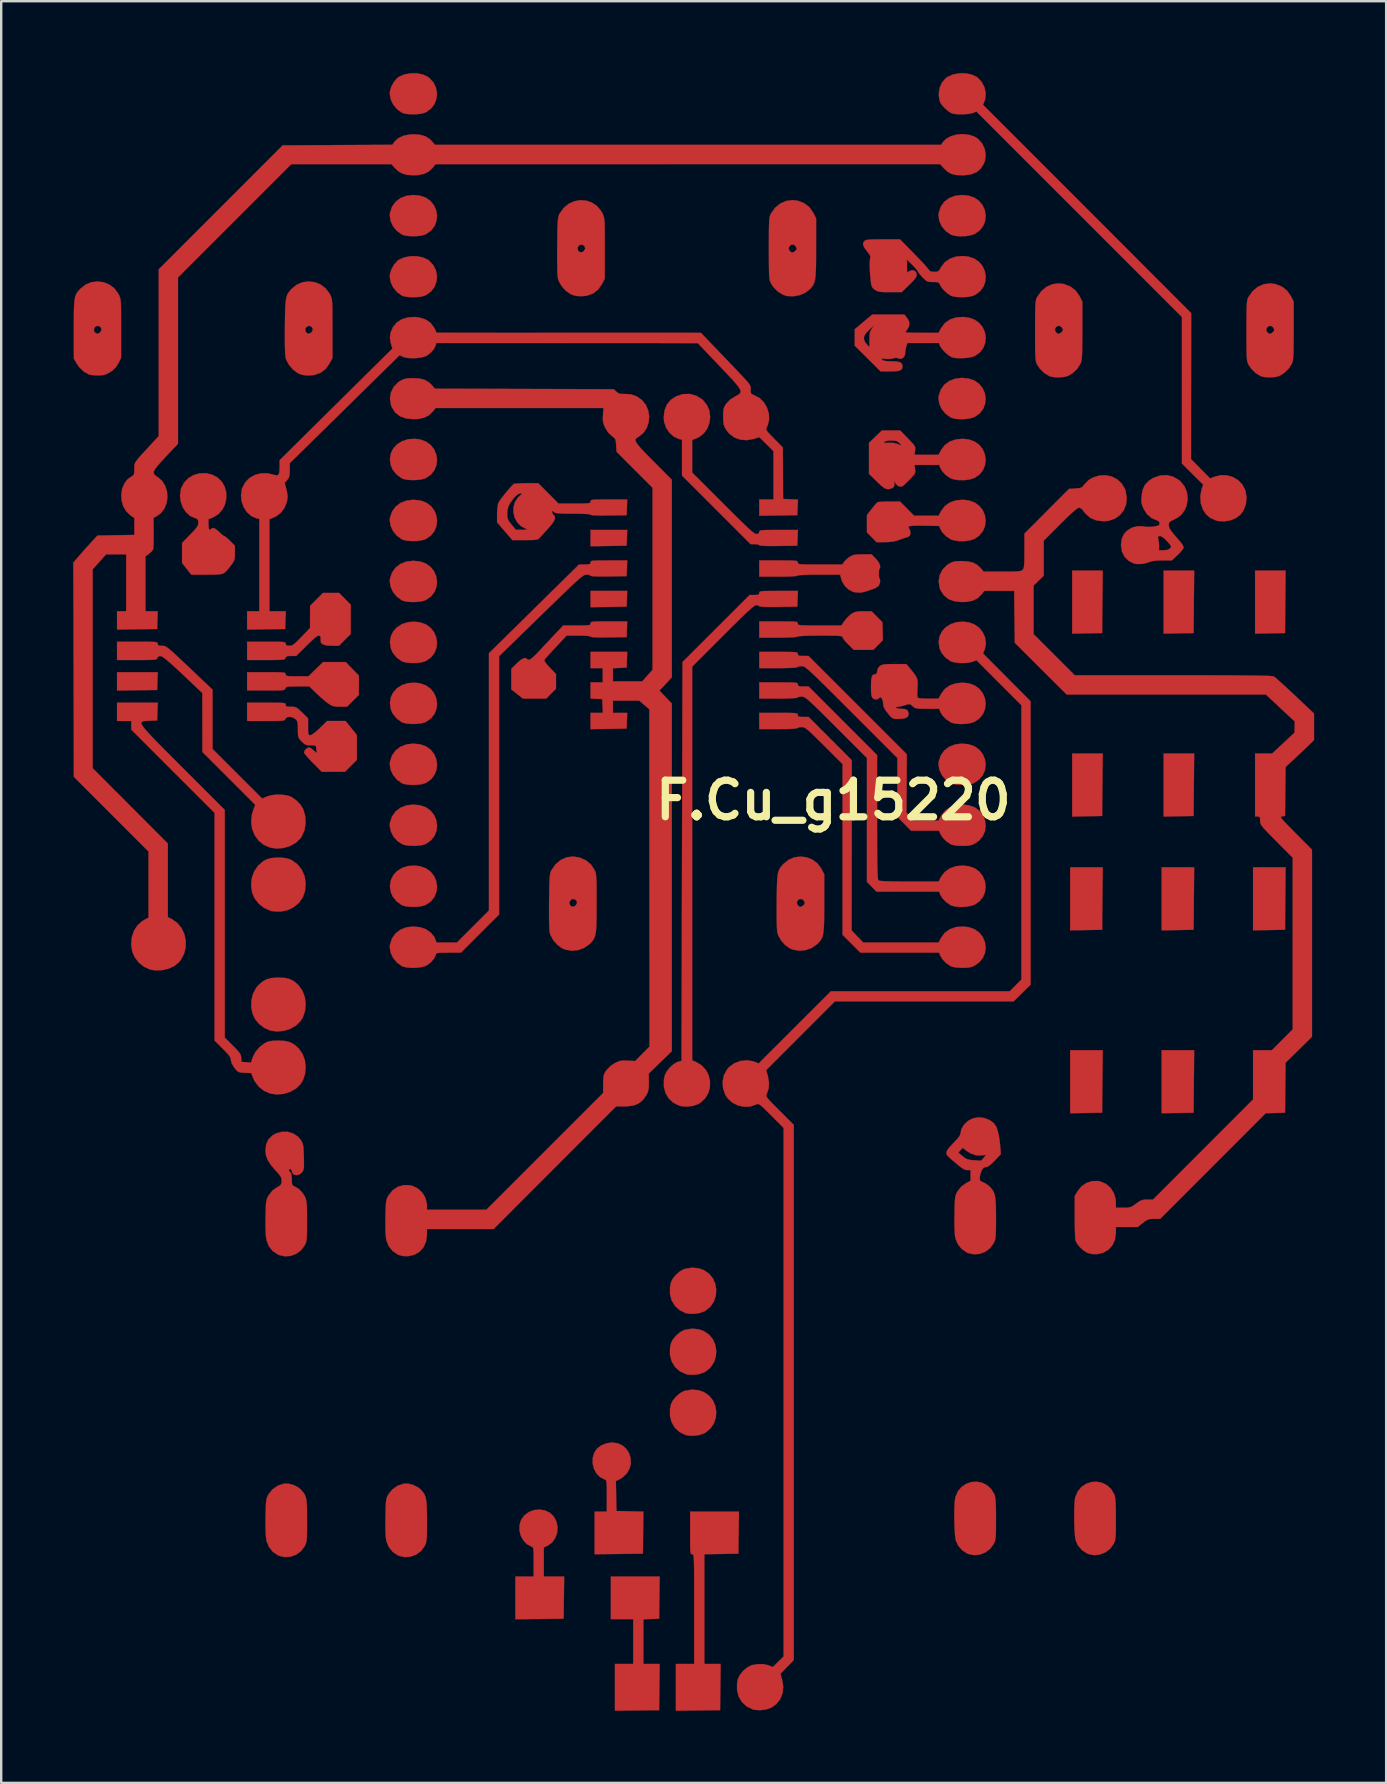
<source format=kicad_pcb>
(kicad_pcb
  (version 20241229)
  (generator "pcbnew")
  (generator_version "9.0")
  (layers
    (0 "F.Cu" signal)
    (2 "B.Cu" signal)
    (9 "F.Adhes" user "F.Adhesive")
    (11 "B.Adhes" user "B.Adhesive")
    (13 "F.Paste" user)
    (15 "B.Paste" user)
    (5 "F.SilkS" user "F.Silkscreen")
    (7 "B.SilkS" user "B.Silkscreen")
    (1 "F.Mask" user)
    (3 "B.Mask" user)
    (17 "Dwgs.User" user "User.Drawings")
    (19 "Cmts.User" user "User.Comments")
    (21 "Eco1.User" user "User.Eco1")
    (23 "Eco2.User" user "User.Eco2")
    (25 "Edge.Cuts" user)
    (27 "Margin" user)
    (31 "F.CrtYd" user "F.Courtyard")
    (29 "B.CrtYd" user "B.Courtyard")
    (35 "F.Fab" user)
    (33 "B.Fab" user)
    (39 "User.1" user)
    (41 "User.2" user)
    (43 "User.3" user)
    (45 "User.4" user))
  (footprint "F.Cu_g15220"
    (layer "F.Cu")
    (at 31.671 30.289)
    (property "Reference" "F.Cu_g15220" (at 0 0 0) (layer "F.SilkS") (effects (font (size 1.524 1.524) (thickness 0.3))))
    (attr through_hole)
    (fp_poly (pts (xy -8.615 -10.604) (xy -9.366 -10.593) (xy -10.118 -10.581) (xy -10.118 -11.261) (xy -8.59 -11.261) (xy -8.615 -10.604)) (stroke (width 0.01) (type solid)) (fill yes) (layer "F.Cu"))
    (fp_poly (pts (xy -8.615 -8.065) (xy -9.366 -8.053) (xy -10.118 -8.041) (xy -10.118 -8.721) (xy -8.59 -8.721) (xy -8.615 -8.065)) (stroke (width 0.01) (type solid)) (fill yes) (layer "F.Cu"))
    (fp_poly (pts (xy 11.197 -6.964) (xy 10.573 -6.952) (xy 9.948 -6.94) (xy 9.948 -9.567) (xy 11.22 -9.567) (xy 11.197 -6.964)) (stroke (width 0.01) (type solid)) (fill yes) (layer "F.Cu"))
    (fp_poly (pts (xy 11.197 0.656) (xy 10.573 0.668) (xy 9.948 0.68) (xy 9.948 -1.947) (xy 11.22 -1.947) (xy 11.197 0.656)) (stroke (width 0.01) (type solid)) (fill yes) (layer "F.Cu"))
    (fp_poly (pts (xy 11.197 5.397) (xy 10.53 5.409) (xy 9.864 5.421) (xy 9.864 2.794) (xy 11.22 2.794) (xy 11.197 5.397)) (stroke (width 0.01) (type solid)) (fill yes) (layer "F.Cu"))
    (fp_poly (pts (xy 11.197 13.018) (xy 10.53 13.029) (xy 9.864 13.041) (xy 9.864 10.414) (xy 11.22 10.414) (xy 11.197 13.018)) (stroke (width 0.01) (type solid)) (fill yes) (layer "F.Cu"))
    (fp_poly (pts (xy 15.007 -6.964) (xy 14.383 -6.952) (xy 13.758 -6.94) (xy 13.758 -9.567) (xy 15.03 -9.567) (xy 15.007 -6.964)) (stroke (width 0.01) (type solid)) (fill yes) (layer "F.Cu"))
    (fp_poly (pts (xy 15.007 0.656) (xy 14.383 0.668) (xy 13.758 0.68) (xy 13.758 -1.947) (xy 15.03 -1.947) (xy 15.007 0.656)) (stroke (width 0.01) (type solid)) (fill yes) (layer "F.Cu"))
    (fp_poly (pts (xy 15.007 5.397) (xy 14.34 5.409) (xy 13.674 5.421) (xy 13.674 2.794) (xy 15.03 2.794) (xy 15.007 5.397)) (stroke (width 0.01) (type solid)) (fill yes) (layer "F.Cu"))
    (fp_poly (pts (xy 15.007 13.018) (xy 14.34 13.029) (xy 13.674 13.041) (xy 13.674 10.414) (xy 15.03 10.414) (xy 15.007 13.018)) (stroke (width 0.01) (type solid)) (fill yes) (layer "F.Cu"))
    (fp_poly (pts (xy 18.817 -6.964) (xy 18.193 -6.952) (xy 17.568 -6.94) (xy 17.568 -9.567) (xy 18.84 -9.567) (xy 18.817 -6.964)) (stroke (width 0.01) (type solid)) (fill yes) (layer "F.Cu"))
    (fp_poly (pts (xy 18.817 5.397) (xy 18.15 5.409) (xy 17.484 5.421) (xy 17.484 2.794) (xy 18.84 2.794) (xy 18.817 5.397)) (stroke (width 0.01) (type solid)) (fill yes) (layer "F.Cu"))
    (fp_poly (pts (xy -28.161 -4.964) (xy -28.173 -4.593) (xy -29.009 -4.582) (xy -29.845 -4.57) (xy -29.845 -5.334) (xy -28.148 -5.334) (xy -28.161 -4.964)) (stroke (width 0.01) (type solid)) (fill yes) (layer "F.Cu"))
    (fp_poly (pts (xy -7.249 33.221) (xy -7.26 34.099) (xy -7.588 34.112) (xy -7.916 34.124) (xy -7.916 35.983) (xy -7.237 35.983) (xy -7.26 37.91) (xy -9.102 37.932) (xy -9.102 35.983) (xy -8.34 35.983) (xy -8.34 34.121) (xy -9.271 34.121) (xy -9.271 32.343) (xy -7.237 32.343) (xy -7.249 33.221)) (stroke (width 0.01) (type solid)) (fill yes) (layer "F.Cu"))
    (fp_poly (pts (xy -17.213 0.211) (xy -16.969 0.298) (xy -16.775 0.439) (xy -16.633 0.62) (xy -16.545 0.828) (xy -16.512 1.05) (xy -16.536 1.272) (xy -16.618 1.482) (xy -16.759 1.665) (xy -16.962 1.809) (xy -17.028 1.839) (xy -17.187 1.881) (xy -17.394 1.901) (xy -17.615 1.899) (xy -17.816 1.875) (xy -17.949 1.838) (xy -18.156 1.708) (xy -18.321 1.526) (xy -18.434 1.31) (xy -18.482 1.081) (xy -18.474 0.933) (xy -18.39 0.678) (xy -18.242 0.469) (xy -18.04 0.313) (xy -17.792 0.215) (xy -17.508 0.18) (xy -17.213 0.211)) (stroke (width 0.01) (type solid)) (fill yes) (layer "F.Cu"))
    (fp_poly (pts (xy -17.23 -25.189) (xy -16.984 -25.106) (xy -16.788 -24.968) (xy -16.643 -24.789) (xy -16.551 -24.583) (xy -16.514 -24.362) (xy -16.534 -24.14) (xy -16.611 -23.93) (xy -16.749 -23.745) (xy -16.947 -23.599) (xy -17.028 -23.561) (xy -17.179 -23.521) (xy -17.374 -23.5) (xy -17.585 -23.498) (xy -17.782 -23.514) (xy -17.935 -23.55) (xy -17.971 -23.565) (xy -18.182 -23.715) (xy -18.344 -23.91) (xy -18.448 -24.132) (xy -18.483 -24.363) (xy -18.474 -24.467) (xy -18.39 -24.722) (xy -18.243 -24.93) (xy -18.04 -25.085) (xy -17.791 -25.182) (xy -17.505 -25.216) (xy -17.23 -25.189)) (stroke (width 0.01) (type solid)) (fill yes) (layer "F.Cu"))
    (fp_poly (pts (xy -17.23 -9.949) (xy -16.984 -9.866) (xy -16.788 -9.728) (xy -16.643 -9.549) (xy -16.551 -9.343) (xy -16.514 -9.122) (xy -16.534 -8.9) (xy -16.611 -8.69) (xy -16.749 -8.505) (xy -16.947 -8.359) (xy -17.028 -8.321) (xy -17.179 -8.281) (xy -17.374 -8.26) (xy -17.585 -8.258) (xy -17.782 -8.274) (xy -17.935 -8.31) (xy -17.971 -8.325) (xy -18.182 -8.475) (xy -18.344 -8.67) (xy -18.448 -8.892) (xy -18.483 -9.123) (xy -18.474 -9.227) (xy -18.39 -9.482) (xy -18.243 -9.69) (xy -18.04 -9.845) (xy -17.791 -9.942) (xy -17.505 -9.976) (xy -17.23 -9.949)) (stroke (width 0.01) (type solid)) (fill yes) (layer "F.Cu"))
    (fp_poly (pts (xy -17.219 -15.031) (xy -16.974 -14.943) (xy -16.78 -14.803) (xy -16.637 -14.622) (xy -16.548 -14.414) (xy -16.513 -14.192) (xy -16.536 -13.97) (xy -16.617 -13.76) (xy -16.757 -13.577) (xy -16.959 -13.433) (xy -17.028 -13.401) (xy -17.179 -13.361) (xy -17.374 -13.34) (xy -17.585 -13.338) (xy -17.782 -13.354) (xy -17.935 -13.39) (xy -17.971 -13.405) (xy -18.193 -13.563) (xy -18.358 -13.765) (xy -18.438 -13.946) (xy -18.477 -14.205) (xy -18.44 -14.444) (xy -18.338 -14.655) (xy -18.178 -14.829) (xy -17.969 -14.96) (xy -17.721 -15.039) (xy -17.44 -15.058) (xy -17.219 -15.031)) (stroke (width 0.01) (type solid)) (fill yes) (layer "F.Cu"))
    (fp_poly (pts (xy -17.219 -7.411) (xy -16.974 -7.323) (xy -16.78 -7.183) (xy -16.637 -7.002) (xy -16.548 -6.794) (xy -16.513 -6.572) (xy -16.536 -6.35) (xy -16.617 -6.14) (xy -16.757 -5.957) (xy -16.959 -5.813) (xy -17.028 -5.781) (xy -17.179 -5.741) (xy -17.374 -5.72) (xy -17.585 -5.718) (xy -17.782 -5.734) (xy -17.935 -5.77) (xy -17.971 -5.785) (xy -18.193 -5.943) (xy -18.358 -6.145) (xy -18.438 -6.326) (xy -18.477 -6.585) (xy -18.44 -6.824) (xy -18.338 -7.035) (xy -18.178 -7.209) (xy -17.969 -7.34) (xy -17.721 -7.419) (xy -17.44 -7.438) (xy -17.219 -7.411)) (stroke (width 0.01) (type solid)) (fill yes) (layer "F.Cu"))
    (fp_poly (pts (xy -17.219 -4.871) (xy -16.974 -4.783) (xy -16.78 -4.643) (xy -16.637 -4.462) (xy -16.548 -4.254) (xy -16.513 -4.032) (xy -16.536 -3.81) (xy -16.617 -3.6) (xy -16.757 -3.417) (xy -16.959 -3.273) (xy -17.028 -3.241) (xy -17.179 -3.201) (xy -17.374 -3.18) (xy -17.585 -3.178) (xy -17.782 -3.194) (xy -17.935 -3.23) (xy -17.971 -3.245) (xy -18.193 -3.403) (xy -18.358 -3.605) (xy -18.438 -3.786) (xy -18.477 -4.045) (xy -18.44 -4.284) (xy -18.338 -4.495) (xy -18.178 -4.669) (xy -17.969 -4.8) (xy -17.721 -4.879) (xy -17.44 -4.898) (xy -17.219 -4.871)) (stroke (width 0.01) (type solid)) (fill yes) (layer "F.Cu"))
    (fp_poly (pts (xy -17.219 2.749) (xy -16.974 2.837) (xy -16.78 2.977) (xy -16.637 3.158) (xy -16.548 3.366) (xy -16.513 3.588) (xy -16.536 3.81) (xy -16.617 4.02) (xy -16.757 4.203) (xy -16.959 4.347) (xy -17.028 4.379) (xy -17.179 4.419) (xy -17.374 4.44) (xy -17.585 4.442) (xy -17.782 4.426) (xy -17.935 4.39) (xy -17.971 4.375) (xy -18.193 4.217) (xy -18.358 4.015) (xy -18.438 3.834) (xy -18.477 3.575) (xy -18.44 3.336) (xy -18.338 3.125) (xy -18.178 2.951) (xy -17.969 2.82) (xy -17.721 2.741) (xy -17.44 2.722) (xy -17.219 2.749)) (stroke (width 0.01) (type solid)) (fill yes) (layer "F.Cu"))
    (fp_poly (pts (xy -17.213 -2.329) (xy -16.969 -2.242) (xy -16.775 -2.101) (xy -16.633 -1.92) (xy -16.545 -1.712) (xy -16.512 -1.49) (xy -16.536 -1.268) (xy -16.618 -1.058) (xy -16.759 -0.875) (xy -16.962 -0.731) (xy -17.028 -0.701) (xy -17.179 -0.661) (xy -17.374 -0.64) (xy -17.585 -0.638) (xy -17.782 -0.654) (xy -17.935 -0.69) (xy -17.971 -0.705) (xy -18.182 -0.855) (xy -18.344 -1.05) (xy -18.448 -1.272) (xy -18.483 -1.503) (xy -18.474 -1.607) (xy -18.39 -1.862) (xy -18.242 -2.071) (xy -18.04 -2.227) (xy -17.792 -2.325) (xy -17.508 -2.36) (xy -17.213 -2.329)) (stroke (width 0.01) (type solid)) (fill yes) (layer "F.Cu"))
    (fp_poly (pts (xy -17.209 -12.488) (xy -16.965 -12.401) (xy -16.773 -12.26) (xy -16.632 -12.079) (xy -16.545 -11.87) (xy -16.513 -11.648) (xy -16.537 -11.426) (xy -16.62 -11.216) (xy -16.762 -11.033) (xy -16.965 -10.89) (xy -17.028 -10.861) (xy -17.179 -10.821) (xy -17.374 -10.8) (xy -17.585 -10.798) (xy -17.782 -10.814) (xy -17.935 -10.85) (xy -17.971 -10.865) (xy -18.182 -11.015) (xy -18.344 -11.21) (xy -18.448 -11.432) (xy -18.483 -11.663) (xy -18.474 -11.767) (xy -18.391 -12.021) (xy -18.242 -12.229) (xy -18.04 -12.385) (xy -17.791 -12.483) (xy -17.508 -12.519) (xy -17.209 -12.488)) (stroke (width 0.01) (type solid)) (fill yes) (layer "F.Cu"))
    (fp_poly (pts (xy -5.602 19.503) (xy -5.389 19.581) (xy -5.173 19.731) (xy -5.016 19.927) (xy -4.918 20.155) (xy -4.88 20.4) (xy -4.9 20.648) (xy -4.98 20.883) (xy -5.119 21.092) (xy -5.317 21.259) (xy -5.384 21.297) (xy -5.592 21.369) (xy -5.833 21.401) (xy -6.065 21.387) (xy -6.163 21.363) (xy -6.412 21.241) (xy -6.606 21.061) (xy -6.74 20.834) (xy -6.809 20.57) (xy -6.808 20.28) (xy -6.77 20.093) (xy -6.691 19.93) (xy -6.556 19.765) (xy -6.391 19.625) (xy -6.22 19.533) (xy -6.197 19.525) (xy -5.894 19.474) (xy -5.602 19.503)) (stroke (width 0.01) (type solid)) (fill yes) (layer "F.Cu"))
    (fp_poly (pts (xy -5.602 22.043) (xy -5.389 22.121) (xy -5.173 22.271) (xy -5.016 22.467) (xy -4.918 22.695) (xy -4.88 22.94) (xy -4.9 23.188) (xy -4.98 23.423) (xy -5.119 23.632) (xy -5.317 23.799) (xy -5.384 23.837) (xy -5.592 23.909) (xy -5.833 23.941) (xy -6.065 23.927) (xy -6.163 23.903) (xy -6.412 23.781) (xy -6.606 23.601) (xy -6.74 23.374) (xy -6.809 23.11) (xy -6.808 22.82) (xy -6.77 22.633) (xy -6.691 22.47) (xy -6.556 22.305) (xy -6.391 22.165) (xy -6.22 22.073) (xy -6.197 22.065) (xy -5.894 22.014) (xy -5.602 22.043)) (stroke (width 0.01) (type solid)) (fill yes) (layer "F.Cu"))
    (fp_poly (pts (xy -5.602 24.583) (xy -5.389 24.661) (xy -5.173 24.811) (xy -5.016 25.007) (xy -4.918 25.235) (xy -4.88 25.48) (xy -4.9 25.728) (xy -4.98 25.963) (xy -5.119 26.172) (xy -5.317 26.339) (xy -5.384 26.377) (xy -5.592 26.449) (xy -5.833 26.481) (xy -6.065 26.467) (xy -6.163 26.443) (xy -6.412 26.321) (xy -6.606 26.141) (xy -6.74 25.914) (xy -6.809 25.65) (xy -6.808 25.36) (xy -6.77 25.173) (xy -6.691 25.01) (xy -6.556 24.845) (xy -6.391 24.705) (xy -6.22 24.613) (xy -6.197 24.605) (xy -5.894 24.554) (xy -5.602 24.583)) (stroke (width 0.01) (type solid)) (fill yes) (layer "F.Cu"))
    (fp_poly (pts (xy 5.63 -25.189) (xy 5.876 -25.105) (xy 6.072 -24.967) (xy 6.217 -24.787) (xy 6.309 -24.579) (xy 6.344 -24.357) (xy 6.322 -24.134) (xy 6.24 -23.922) (xy 6.095 -23.737) (xy 5.886 -23.59) (xy 5.885 -23.59) (xy 5.717 -23.533) (xy 5.505 -23.5) (xy 5.279 -23.493) (xy 5.07 -23.511) (xy 4.907 -23.557) (xy 4.889 -23.565) (xy 4.678 -23.715) (xy 4.516 -23.91) (xy 4.412 -24.132) (xy 4.377 -24.363) (xy 4.386 -24.467) (xy 4.47 -24.722) (xy 4.617 -24.93) (xy 4.82 -25.085) (xy 5.069 -25.182) (xy 5.355 -25.216) (xy 5.63 -25.189)) (stroke (width 0.01) (type solid)) (fill yes) (layer "F.Cu"))
    (fp_poly (pts (xy 5.63 -17.569) (xy 5.876 -17.485) (xy 6.072 -17.347) (xy 6.217 -17.167) (xy 6.309 -16.959) (xy 6.344 -16.737) (xy 6.322 -16.514) (xy 6.24 -16.302) (xy 6.095 -16.117) (xy 5.886 -15.97) (xy 5.885 -15.97) (xy 5.717 -15.913) (xy 5.505 -15.88) (xy 5.279 -15.873) (xy 5.07 -15.891) (xy 4.907 -15.937) (xy 4.889 -15.945) (xy 4.678 -16.095) (xy 4.516 -16.29) (xy 4.412 -16.512) (xy 4.377 -16.743) (xy 4.386 -16.847) (xy 4.47 -17.102) (xy 4.617 -17.31) (xy 4.82 -17.465) (xy 5.069 -17.562) (xy 5.355 -17.596) (xy 5.63 -17.569)) (stroke (width 0.01) (type solid)) (fill yes) (layer "F.Cu"))
    (fp_poly (pts (xy 5.639 -2.331) (xy 5.886 -2.243) (xy 6.082 -2.101) (xy 6.226 -1.918) (xy 6.314 -1.708) (xy 6.345 -1.484) (xy 6.317 -1.259) (xy 6.227 -1.048) (xy 6.074 -0.862) (xy 5.888 -0.734) (xy 5.769 -0.68) (xy 5.644 -0.65) (xy 5.483 -0.638) (xy 5.359 -0.637) (xy 5.106 -0.65) (xy 4.931 -0.687) (xy 4.889 -0.705) (xy 4.678 -0.855) (xy 4.516 -1.05) (xy 4.412 -1.272) (xy 4.377 -1.503) (xy 4.386 -1.607) (xy 4.47 -1.862) (xy 4.618 -2.07) (xy 4.82 -2.226) (xy 5.068 -2.325) (xy 5.35 -2.361) (xy 5.639 -2.331)) (stroke (width 0.01) (type solid)) (fill yes) (layer "F.Cu"))
    (fp_poly (pts (xy -22.998 2.391) (xy -22.774 2.42) (xy -22.596 2.478) (xy -22.585 2.484) (xy -22.335 2.663) (xy -22.148 2.893) (xy -22.03 3.164) (xy -21.983 3.466) (xy -22.012 3.785) (xy -22.108 4.051) (xy -22.269 4.277) (xy -22.483 4.455) (xy -22.736 4.578) (xy -23.017 4.639) (xy -23.313 4.632) (xy -23.465 4.599) (xy -23.716 4.488) (xy -23.937 4.314) (xy -24.11 4.095) (xy -24.214 3.857) (xy -24.26 3.55) (xy -24.233 3.251) (xy -24.136 2.975) (xy -23.976 2.734) (xy -23.759 2.543) (xy -23.641 2.475) (xy -23.463 2.418) (xy -23.238 2.39) (xy -22.998 2.391)) (stroke (width 0.01) (type solid)) (fill yes) (layer "F.Cu"))
    (fp_poly (pts (xy -17.355 -30.284) (xy -17.104 -30.235) (xy -16.893 -30.138) (xy -16.85 -30.107) (xy -16.671 -29.917) (xy -16.56 -29.698) (xy -16.515 -29.464) (xy -16.535 -29.229) (xy -16.617 -29.009) (xy -16.76 -28.818) (xy -16.962 -28.671) (xy -17.028 -28.641) (xy -17.178 -28.6) (xy -17.374 -28.579) (xy -17.584 -28.576) (xy -17.781 -28.592) (xy -17.934 -28.626) (xy -17.971 -28.641) (xy -18.178 -28.788) (xy -18.339 -28.982) (xy -18.444 -29.203) (xy -18.483 -29.433) (xy -18.474 -29.547) (xy -18.411 -29.746) (xy -18.302 -29.938) (xy -18.166 -30.091) (xy -18.103 -30.138) (xy -17.879 -30.236) (xy -17.622 -30.284) (xy -17.355 -30.284)) (stroke (width 0.01) (type solid)) (fill yes) (layer "F.Cu"))
    (fp_poly (pts (xy -17.355 -22.664) (xy -17.104 -22.615) (xy -16.893 -22.518) (xy -16.85 -22.487) (xy -16.671 -22.297) (xy -16.56 -22.078) (xy -16.515 -21.844) (xy -16.535 -21.609) (xy -16.617 -21.389) (xy -16.76 -21.198) (xy -16.962 -21.051) (xy -17.028 -21.021) (xy -17.178 -20.98) (xy -17.374 -20.959) (xy -17.584 -20.956) (xy -17.781 -20.972) (xy -17.934 -21.006) (xy -17.971 -21.021) (xy -18.178 -21.168) (xy -18.339 -21.362) (xy -18.444 -21.583) (xy -18.483 -21.813) (xy -18.474 -21.927) (xy -18.411 -22.126) (xy -18.302 -22.318) (xy -18.166 -22.471) (xy -18.103 -22.518) (xy -17.879 -22.616) (xy -17.622 -22.664) (xy -17.355 -22.664)) (stroke (width 0.01) (type solid)) (fill yes) (layer "F.Cu"))
    (fp_poly (pts (xy -22.848 7.403) (xy -22.637 7.455) (xy -22.458 7.553) (xy -22.285 7.706) (xy -22.28 7.712) (xy -22.12 7.937) (xy -22.02 8.203) (xy -21.984 8.488) (xy -22.01 8.775) (xy -22.102 9.043) (xy -22.196 9.198) (xy -22.387 9.386) (xy -22.631 9.525) (xy -22.908 9.61) (xy -23.196 9.634) (xy -23.465 9.594) (xy -23.705 9.488) (xy -23.926 9.32) (xy -24.077 9.145) (xy -24.198 8.898) (xy -24.254 8.621) (xy -24.247 8.335) (xy -24.179 8.061) (xy -24.051 7.818) (xy -23.966 7.715) (xy -23.793 7.561) (xy -23.618 7.461) (xy -23.415 7.407) (xy -23.159 7.388) (xy -23.114 7.388) (xy -22.848 7.403)) (stroke (width 0.01) (type solid)) (fill yes) (layer "F.Cu"))
    (fp_poly (pts (xy -3.947 30.512) (xy -3.958 31.39) (xy -4.667 31.402) (xy -5.376 31.413) (xy -5.376 35.983) (xy -4.697 35.983) (xy -4.72 37.91) (xy -6.562 37.932) (xy -6.562 35.983) (xy -5.8 35.983) (xy -5.8 33.697) (xy -5.8 33.2) (xy -5.8 32.78) (xy -5.801 32.432) (xy -5.803 32.148) (xy -5.805 31.923) (xy -5.809 31.749) (xy -5.815 31.619) (xy -5.822 31.528) (xy -5.831 31.469) (xy -5.843 31.434) (xy -5.857 31.417) (xy -5.873 31.412) (xy -5.884 31.411) (xy -5.912 31.408) (xy -5.934 31.391) (xy -5.949 31.35) (xy -5.959 31.275) (xy -5.965 31.154) (xy -5.968 30.976) (xy -5.969 30.732) (xy -5.969 30.522) (xy -5.969 29.633) (xy -3.935 29.633) (xy -3.947 30.512)) (stroke (width 0.01) (type solid)) (fill yes) (layer "F.Cu"))
    (fp_poly (pts (xy -12.009 29.59) (xy -11.805 29.691) (xy -11.641 29.853) (xy -11.532 30.066) (xy -11.491 30.298) (xy -11.511 30.53) (xy -11.591 30.747) (xy -11.724 30.929) (xy -11.907 31.059) (xy -11.938 31.073) (xy -12.065 31.125) (xy -12.065 32.343) (xy -11.217 32.343) (xy -11.228 33.221) (xy -11.239 34.099) (xy -12.245 34.111) (xy -13.25 34.122) (xy -13.25 32.343) (xy -12.488 32.343) (xy -12.488 31.732) (xy -12.489 31.493) (xy -12.492 31.325) (xy -12.499 31.216) (xy -12.512 31.15) (xy -12.534 31.115) (xy -12.566 31.097) (xy -12.584 31.091) (xy -12.774 30.991) (xy -12.925 30.83) (xy -13.03 30.628) (xy -13.082 30.403) (xy -13.073 30.173) (xy -13.007 29.975) (xy -12.867 29.785) (xy -12.68 29.65) (xy -12.464 29.571) (xy -12.234 29.551) (xy -12.009 29.59)) (stroke (width 0.01) (type solid)) (fill yes) (layer "F.Cu"))
    (fp_poly (pts (xy -8.981 26.792) (xy -8.776 26.889) (xy -8.617 27.034) (xy -8.506 27.216) (xy -8.446 27.42) (xy -8.44 27.635) (xy -8.491 27.846) (xy -8.602 28.041) (xy -8.775 28.208) (xy -8.896 28.282) (xy -9.062 28.366) (xy -9.038 29.612) (xy -8.476 29.624) (xy -7.915 29.636) (xy -7.926 30.513) (xy -7.938 31.39) (xy -8.943 31.402) (xy -9.948 31.413) (xy -9.948 29.633) (xy -9.44 29.633) (xy -9.44 28.98) (xy -9.441 28.732) (xy -9.443 28.556) (xy -9.45 28.438) (xy -9.462 28.366) (xy -9.481 28.326) (xy -9.51 28.306) (xy -9.536 28.297) (xy -9.729 28.196) (xy -9.879 28.037) (xy -9.982 27.839) (xy -10.032 27.617) (xy -10.026 27.391) (xy -9.96 27.176) (xy -9.85 27.014) (xy -9.687 26.887) (xy -9.478 26.797) (xy -9.258 26.757) (xy -9.229 26.757) (xy -8.981 26.792)) (stroke (width 0.01) (type solid)) (fill yes) (layer "F.Cu"))
    (fp_poly (pts (xy 6.197 28.435) (xy 6.403 28.539) (xy 6.579 28.703) (xy 6.708 28.923) (xy 6.731 28.997) (xy 6.749 29.1) (xy 6.761 29.241) (xy 6.769 29.434) (xy 6.773 29.691) (xy 6.773 29.943) (xy 6.773 30.236) (xy 6.771 30.458) (xy 6.765 30.622) (xy 6.756 30.741) (xy 6.741 30.829) (xy 6.719 30.899) (xy 6.689 30.965) (xy 6.675 30.992) (xy 6.526 31.191) (xy 6.328 31.339) (xy 6.099 31.428) (xy 5.858 31.452) (xy 5.623 31.403) (xy 5.588 31.389) (xy 5.367 31.248) (xy 5.197 31.052) (xy 5.1 30.844) (xy 5.077 30.72) (xy 5.059 30.531) (xy 5.046 30.296) (xy 5.039 30.035) (xy 5.036 29.767) (xy 5.04 29.512) (xy 5.05 29.289) (xy 5.066 29.117) (xy 5.081 29.036) (xy 5.185 28.795) (xy 5.34 28.609) (xy 5.532 28.479) (xy 5.748 28.406) (xy 5.974 28.391) (xy 6.197 28.435)) (stroke (width 0.01) (type solid)) (fill yes) (layer "F.Cu"))
    (fp_poly (pts (xy 11.192 28.435) (xy 11.398 28.539) (xy 11.574 28.703) (xy 11.703 28.923) (xy 11.727 28.997) (xy 11.744 29.1) (xy 11.756 29.241) (xy 11.764 29.434) (xy 11.768 29.691) (xy 11.769 29.943) (xy 11.768 30.236) (xy 11.766 30.458) (xy 11.761 30.622) (xy 11.751 30.741) (xy 11.736 30.829) (xy 11.714 30.899) (xy 11.684 30.965) (xy 11.67 30.992) (xy 11.522 31.191) (xy 11.324 31.339) (xy 11.095 31.428) (xy 10.854 31.452) (xy 10.619 31.403) (xy 10.583 31.389) (xy 10.363 31.248) (xy 10.192 31.052) (xy 10.095 30.844) (xy 10.072 30.72) (xy 10.054 30.531) (xy 10.041 30.296) (xy 10.034 30.035) (xy 10.032 29.767) (xy 10.035 29.512) (xy 10.045 29.289) (xy 10.061 29.117) (xy 10.076 29.036) (xy 10.18 28.795) (xy 10.335 28.609) (xy 10.528 28.479) (xy 10.744 28.406) (xy 10.97 28.391) (xy 11.192 28.435)) (stroke (width 0.01) (type solid)) (fill yes) (layer "F.Cu"))
    (fp_poly (pts (xy -17.706 28.474) (xy -17.491 28.531) (xy -17.296 28.631) (xy -17.199 28.711) (xy -17.115 28.804) (xy -17.051 28.895) (xy -17.004 28.998) (xy -16.971 29.124) (xy -16.95 29.288) (xy -16.939 29.501) (xy -16.934 29.777) (xy -16.933 30.027) (xy -16.934 30.321) (xy -16.936 30.543) (xy -16.941 30.706) (xy -16.951 30.826) (xy -16.966 30.914) (xy -16.988 30.984) (xy -17.018 31.049) (xy -17.032 31.077) (xy -17.183 31.281) (xy -17.384 31.429) (xy -17.616 31.515) (xy -17.861 31.534) (xy -18.103 31.478) (xy -18.14 31.462) (xy -18.361 31.314) (xy -18.527 31.108) (xy -18.626 30.86) (xy -18.627 30.853) (xy -18.648 30.7) (xy -18.661 30.471) (xy -18.666 30.173) (xy -18.663 29.866) (xy -18.657 29.594) (xy -18.651 29.392) (xy -18.641 29.245) (xy -18.628 29.138) (xy -18.607 29.058) (xy -18.578 28.989) (xy -18.537 28.916) (xy -18.53 28.904) (xy -18.368 28.706) (xy -18.151 28.557) (xy -17.906 28.474) (xy -17.905 28.474) (xy -17.706 28.474)) (stroke (width 0.01) (type solid)) (fill yes) (layer "F.Cu"))
    (fp_poly (pts (xy -22.7 28.474) (xy -22.485 28.531) (xy -22.291 28.632) (xy -22.197 28.711) (xy -22.112 28.804) (xy -22.047 28.89) (xy -22 28.982) (xy -21.967 29.092) (xy -21.946 29.235) (xy -21.935 29.422) (xy -21.93 29.667) (xy -21.929 29.983) (xy -21.929 30.006) (xy -21.929 30.303) (xy -21.931 30.528) (xy -21.936 30.696) (xy -21.945 30.817) (xy -21.96 30.907) (xy -21.981 30.977) (xy -22.009 31.042) (xy -22.027 31.077) (xy -22.179 31.281) (xy -22.38 31.43) (xy -22.613 31.516) (xy -22.859 31.533) (xy -23.102 31.476) (xy -23.138 31.461) (xy -23.35 31.317) (xy -23.513 31.113) (xy -23.615 30.868) (xy -23.625 30.827) (xy -23.642 30.689) (xy -23.654 30.481) (xy -23.66 30.219) (xy -23.659 29.918) (xy -23.658 29.851) (xy -23.652 29.581) (xy -23.646 29.382) (xy -23.636 29.237) (xy -23.622 29.133) (xy -23.601 29.053) (xy -23.57 28.983) (xy -23.529 28.909) (xy -23.526 28.904) (xy -23.363 28.706) (xy -23.147 28.557) (xy -22.902 28.474) (xy -22.9 28.474) (xy -22.7 28.474)) (stroke (width 0.01) (type solid)) (fill yes) (layer "F.Cu"))
    (fp_poly (pts (xy -20.044 -5.476) (xy -19.77 -5.195) (xy -19.77 -4.389) (xy -20.264 -3.895) (xy -20.557 -3.895) (xy -20.727 -3.901) (xy -20.847 -3.923) (xy -20.953 -3.97) (xy -21.039 -4.025) (xy -21.155 -4.113) (xy -21.305 -4.239) (xy -21.464 -4.383) (xy -21.532 -4.447) (xy -21.835 -4.741) (xy -22.321 -4.741) (xy -22.531 -4.74) (xy -22.672 -4.735) (xy -22.757 -4.724) (xy -22.803 -4.705) (xy -22.825 -4.673) (xy -22.83 -4.657) (xy -22.842 -4.627) (xy -22.867 -4.605) (xy -22.917 -4.59) (xy -23.004 -4.58) (xy -23.14 -4.575) (xy -23.335 -4.573) (xy -23.602 -4.572) (xy -23.639 -4.572) (xy -24.426 -4.572) (xy -24.426 -5.334) (xy -23.622 -5.334) (xy -23.343 -5.334) (xy -23.137 -5.332) (xy -22.993 -5.327) (xy -22.901 -5.319) (xy -22.848 -5.305) (xy -22.824 -5.286) (xy -22.818 -5.258) (xy -22.818 -5.249) (xy -22.812 -5.213) (xy -22.787 -5.188) (xy -22.726 -5.174) (xy -22.617 -5.167) (xy -22.443 -5.165) (xy -22.345 -5.165) (xy -21.872 -5.165) (xy -21.566 -5.461) (xy -21.26 -5.757) (xy -20.318 -5.757) (xy -20.044 -5.476)) (stroke (width 0.01) (type solid)) (fill yes) (layer "F.Cu"))
    (fp_poly (pts (xy -20.35 -8.391) (xy -20.108 -8.147) (xy -20.108 -6.929) (xy -20.356 -6.682) (xy -20.603 -6.435) (xy -20.896 -6.435) (xy -21.123 -6.449) (xy -21.273 -6.492) (xy -21.353 -6.567) (xy -21.365 -6.677) (xy -21.363 -6.693) (xy -21.362 -6.797) (xy -21.411 -6.854) (xy -21.45 -6.86) (xy -21.507 -6.837) (xy -21.589 -6.776) (xy -21.708 -6.67) (xy -21.872 -6.512) (xy -21.933 -6.453) (xy -22.382 -6.011) (xy -22.595 -6.011) (xy -22.726 -6.006) (xy -22.796 -5.983) (xy -22.827 -5.936) (xy -22.83 -5.927) (xy -22.842 -5.897) (xy -22.867 -5.875) (xy -22.917 -5.86) (xy -23.004 -5.85) (xy -23.14 -5.845) (xy -23.335 -5.843) (xy -23.602 -5.842) (xy -23.639 -5.842) (xy -24.426 -5.842) (xy -24.426 -6.604) (xy -23.622 -6.604) (xy -23.343 -6.604) (xy -23.137 -6.602) (xy -22.993 -6.597) (xy -22.901 -6.589) (xy -22.848 -6.575) (xy -22.824 -6.556) (xy -22.818 -6.528) (xy -22.818 -6.519) (xy -22.801 -6.461) (xy -22.737 -6.438) (xy -22.668 -6.435) (xy -22.597 -6.441) (xy -22.53 -6.467) (xy -22.451 -6.522) (xy -22.347 -6.617) (xy -22.203 -6.762) (xy -22.161 -6.805) (xy -21.805 -7.176) (xy -21.802 -8.1) (xy -21.265 -8.636) (xy -20.593 -8.636) (xy -20.35 -8.391)) (stroke (width 0.01) (type solid)) (fill yes) (layer "F.Cu"))
    (fp_poly (pts (xy -30.411 -21.582) (xy -30.172 -21.487) (xy -29.962 -21.33) (xy -29.798 -21.114) (xy -29.781 -21.081) (xy -29.75 -21.019) (xy -29.727 -20.961) (xy -29.708 -20.896) (xy -29.695 -20.812) (xy -29.686 -20.701) (xy -29.68 -20.55) (xy -29.677 -20.349) (xy -29.676 -20.088) (xy -29.676 -19.756) (xy -29.676 -19.649) (xy -29.676 -18.425) (xy -29.794 -18.198) (xy -29.898 -18.033) (xy -30.026 -17.91) (xy -30.141 -17.833) (xy -30.286 -17.754) (xy -30.41 -17.713) (xy -30.553 -17.699) (xy -30.647 -17.698) (xy -30.809 -17.706) (xy -30.951 -17.723) (xy -31.029 -17.742) (xy -31.239 -17.866) (xy -31.428 -18.051) (xy -31.527 -18.194) (xy -31.644 -18.394) (xy -31.644 -19.55) (xy -30.806 -19.55) (xy -30.775 -19.492) (xy -30.687 -19.435) (xy -30.589 -19.462) (xy -30.544 -19.5) (xy -30.491 -19.598) (xy -30.519 -19.694) (xy -30.575 -19.744) (xy -30.67 -19.765) (xy -30.752 -19.725) (xy -30.803 -19.646) (xy -30.806 -19.55) (xy -31.644 -19.55) (xy -31.644 -19.643) (xy -31.644 -20.02) (xy -31.642 -20.324) (xy -31.636 -20.563) (xy -31.625 -20.749) (xy -31.608 -20.892) (xy -31.582 -21.002) (xy -31.546 -21.09) (xy -31.497 -21.167) (xy -31.436 -21.241) (xy -31.375 -21.308) (xy -31.163 -21.479) (xy -30.922 -21.58) (xy -30.666 -21.614) (xy -30.411 -21.582)) (stroke (width 0.01) (type solid)) (fill yes) (layer "F.Cu"))
    (fp_poly (pts (xy 1.817 -7.645) (xy 2.043 -7.416) (xy 2.052 -7.042) (xy 2.061 -6.668) (xy 1.862 -6.466) (xy 1.663 -6.265) (xy 0.85 -6.265) (xy 0.616 -6.494) (xy 0.504 -6.612) (xy 0.421 -6.715) (xy 0.382 -6.784) (xy 0.381 -6.791) (xy 0.373 -6.813) (xy 0.342 -6.83) (xy 0.277 -6.842) (xy 0.17 -6.85) (xy 0.009 -6.855) (xy -0.216 -6.857) (xy -0.514 -6.858) (xy -0.548 -6.858) (xy -0.867 -6.856) (xy -1.129 -6.851) (xy -1.327 -6.842) (xy -1.454 -6.83) (xy -1.503 -6.816) (xy -1.554 -6.8) (xy -1.681 -6.788) (xy -1.876 -6.779) (xy -2.129 -6.774) (xy -2.31 -6.773) (xy -3.09 -6.773) (xy -3.09 -7.451) (xy -2.286 -7.451) (xy -2.007 -7.45) (xy -1.801 -7.448) (xy -1.657 -7.444) (xy -1.565 -7.435) (xy -1.512 -7.422) (xy -1.488 -7.402) (xy -1.482 -7.375) (xy -1.482 -7.366) (xy -1.479 -7.338) (xy -1.462 -7.317) (xy -1.422 -7.302) (xy -1.347 -7.292) (xy -1.227 -7.286) (xy -1.052 -7.283) (xy -0.81 -7.281) (xy -0.574 -7.281) (xy 0.333 -7.281) (xy 0.453 -7.46) (xy 0.564 -7.596) (xy 0.698 -7.722) (xy 0.741 -7.754) (xy 0.838 -7.815) (xy 0.931 -7.85) (xy 1.049 -7.867) (xy 1.219 -7.872) (xy 1.25 -7.873) (xy 1.59 -7.874) (xy 1.817 -7.645)) (stroke (width 0.01) (type solid)) (fill yes) (layer "F.Cu"))
    (fp_poly (pts (xy 5.646 -12.489) (xy 5.891 -12.402) (xy 6.086 -12.259) (xy 6.227 -12.076) (xy 6.314 -11.865) (xy 6.344 -11.641) (xy 6.314 -11.416) (xy 6.224 -11.204) (xy 6.07 -11.02) (xy 5.888 -10.893) (xy 5.699 -10.827) (xy 5.468 -10.794) (xy 5.226 -10.794) (xy 5.006 -10.828) (xy 4.877 -10.876) (xy 4.693 -10.999) (xy 4.541 -11.155) (xy 4.45 -11.311) (xy 4.406 -11.426) (xy 3.785 -11.438) (xy 3.518 -11.442) (xy 3.328 -11.437) (xy 3.205 -11.423) (xy 3.142 -11.397) (xy 3.129 -11.357) (xy 3.16 -11.3) (xy 3.173 -11.284) (xy 3.206 -11.199) (xy 3.21 -11.106) (xy 3.182 -11.019) (xy 3.109 -10.969) (xy 3.048 -10.951) (xy 2.916 -10.911) (xy 2.759 -10.855) (xy 2.701 -10.833) (xy 2.519 -10.78) (xy 2.291 -10.756) (xy 2.15 -10.753) (xy 1.796 -10.753) (xy 1.596 -10.955) (xy 1.397 -11.158) (xy 1.397 -11.881) (xy 1.592 -12.132) (xy 1.693 -12.258) (xy 1.778 -12.357) (xy 1.832 -12.411) (xy 1.835 -12.414) (xy 1.896 -12.427) (xy 2.021 -12.437) (xy 2.19 -12.444) (xy 2.329 -12.445) (xy 2.775 -12.446) (xy 3.069 -12.15) (xy 3.363 -11.853) (xy 4.382 -11.853) (xy 4.486 -12.051) (xy 4.641 -12.255) (xy 4.851 -12.404) (xy 5.106 -12.493) (xy 5.393 -12.519) (xy 5.646 -12.489)) (stroke (width 0.01) (type solid)) (fill yes) (layer "F.Cu"))
    (fp_poly (pts (xy -21.606 -21.582) (xy -21.366 -21.487) (xy -21.157 -21.33) (xy -20.993 -21.114) (xy -20.976 -21.081) (xy -20.945 -21.019) (xy -20.921 -20.961) (xy -20.903 -20.896) (xy -20.89 -20.812) (xy -20.881 -20.701) (xy -20.875 -20.55) (xy -20.872 -20.349) (xy -20.871 -20.088) (xy -20.87 -19.756) (xy -20.87 -19.649) (xy -20.87 -18.425) (xy -20.989 -18.198) (xy -21.151 -17.969) (xy -21.364 -17.808) (xy -21.622 -17.716) (xy -21.846 -17.695) (xy -22.049 -17.707) (xy -22.21 -17.747) (xy -22.314 -17.794) (xy -22.507 -17.934) (xy -22.674 -18.127) (xy -22.793 -18.341) (xy -22.819 -18.42) (xy -22.834 -18.526) (xy -22.845 -18.711) (xy -22.852 -18.971) (xy -22.854 -19.302) (xy -22.853 -19.55) (xy -22 -19.55) (xy -21.969 -19.492) (xy -21.882 -19.435) (xy -21.784 -19.462) (xy -21.739 -19.5) (xy -21.686 -19.598) (xy -21.714 -19.694) (xy -21.77 -19.744) (xy -21.865 -19.765) (xy -21.947 -19.725) (xy -21.998 -19.646) (xy -22 -19.55) (xy -22.853 -19.55) (xy -22.852 -19.698) (xy -22.852 -19.741) (xy -22.847 -20.104) (xy -22.841 -20.394) (xy -22.832 -20.621) (xy -22.817 -20.796) (xy -22.795 -20.931) (xy -22.764 -21.035) (xy -22.722 -21.121) (xy -22.666 -21.199) (xy -22.595 -21.28) (xy -22.569 -21.308) (xy -22.358 -21.479) (xy -22.117 -21.58) (xy -21.861 -21.614) (xy -21.606 -21.582)) (stroke (width 0.01) (type solid)) (fill yes) (layer "F.Cu"))
    (fp_poly (pts (xy -10.297 -24.982) (xy -10.06 -24.9) (xy -9.849 -24.756) (xy -9.676 -24.548) (xy -9.63 -24.467) (xy -9.6 -24.407) (xy -9.577 -24.35) (xy -9.559 -24.285) (xy -9.545 -24.204) (xy -9.536 -24.094) (xy -9.53 -23.946) (xy -9.527 -23.75) (xy -9.525 -23.495) (xy -9.525 -23.17) (xy -9.525 -22.993) (xy -9.525 -21.727) (xy -9.643 -21.5) (xy -9.806 -21.271) (xy -10.018 -21.11) (xy -10.277 -21.018) (xy -10.501 -20.997) (xy -10.704 -21.009) (xy -10.864 -21.049) (xy -10.968 -21.096) (xy -11.161 -21.236) (xy -11.329 -21.428) (xy -11.447 -21.643) (xy -11.474 -21.722) (xy -11.489 -21.826) (xy -11.5 -22.011) (xy -11.506 -22.272) (xy -11.509 -22.604) (xy -11.508 -22.937) (xy -10.655 -22.937) (xy -10.624 -22.879) (xy -10.536 -22.822) (xy -10.439 -22.849) (xy -10.394 -22.886) (xy -10.34 -22.985) (xy -10.368 -23.081) (xy -10.425 -23.13) (xy -10.519 -23.152) (xy -10.601 -23.112) (xy -10.653 -23.032) (xy -10.655 -22.937) (xy -11.508 -22.937) (xy -11.507 -23.002) (xy -11.506 -23.085) (xy -11.502 -23.436) (xy -11.498 -23.713) (xy -11.492 -23.927) (xy -11.485 -24.087) (xy -11.475 -24.205) (xy -11.461 -24.292) (xy -11.443 -24.358) (xy -11.42 -24.413) (xy -11.402 -24.448) (xy -11.236 -24.679) (xy -11.029 -24.849) (xy -10.794 -24.956) (xy -10.546 -25) (xy -10.297 -24.982)) (stroke (width 0.01) (type solid)) (fill yes) (layer "F.Cu"))
    (fp_poly (pts (xy -8.615 -6.795) (xy -9.366 -6.783) (xy -9.671 -6.781) (xy -9.899 -6.784) (xy -10.047 -6.794) (xy -10.114 -6.809) (xy -10.118 -6.815) (xy -10.159 -6.834) (xy -10.276 -6.849) (xy -10.463 -6.857) (xy -10.616 -6.858) (xy -11.115 -6.858) (xy -11.561 -6.382) (xy -11.717 -6.213) (xy -11.855 -6.063) (xy -11.961 -5.944) (xy -12.026 -5.868) (xy -12.04 -5.85) (xy -12.029 -5.788) (xy -11.951 -5.676) (xy -11.815 -5.525) (xy -11.557 -5.257) (xy -11.557 -4.645) (xy -11.968 -4.233) (xy -12.451 -4.233) (xy -12.933 -4.233) (xy -13.176 -4.424) (xy -13.42 -4.616) (xy -13.42 -5.474) (xy -13.193 -5.7) (xy -13.031 -5.843) (xy -12.9 -5.917) (xy -12.805 -5.921) (xy -12.764 -5.884) (xy -12.716 -5.848) (xy -12.645 -5.863) (xy -12.542 -5.934) (xy -12.401 -6.066) (xy -12.255 -6.218) (xy -12.075 -6.413) (xy -11.872 -6.63) (xy -11.678 -6.838) (xy -11.587 -6.933) (xy -11.258 -7.281) (xy -10.688 -7.281) (xy -10.458 -7.282) (xy -10.301 -7.285) (xy -10.201 -7.293) (xy -10.146 -7.308) (xy -10.123 -7.331) (xy -10.118 -7.365) (xy -10.118 -7.366) (xy -10.114 -7.396) (xy -10.096 -7.418) (xy -10.051 -7.433) (xy -9.968 -7.443) (xy -9.836 -7.448) (xy -9.644 -7.45) (xy -9.379 -7.451) (xy -9.354 -7.451) (xy -8.59 -7.451) (xy -8.615 -6.795)) (stroke (width 0.01) (type solid)) (fill yes) (layer "F.Cu"))
    (fp_poly (pts (xy -1.116 2.378) (xy -0.876 2.473) (xy -0.667 2.63) (xy -0.504 2.846) (xy -0.488 2.877) (xy -0.381 3.088) (xy -0.382 4.306) (xy -0.383 4.69) (xy -0.386 5) (xy -0.394 5.246) (xy -0.408 5.437) (xy -0.429 5.586) (xy -0.461 5.701) (xy -0.504 5.793) (xy -0.56 5.872) (xy -0.632 5.949) (xy -0.683 5.999) (xy -0.904 6.154) (xy -1.16 6.246) (xy -1.429 6.27) (xy -1.691 6.223) (xy -1.824 6.167) (xy -2.017 6.026) (xy -2.185 5.834) (xy -2.303 5.619) (xy -2.33 5.541) (xy -2.345 5.435) (xy -2.356 5.25) (xy -2.363 4.989) (xy -2.365 4.659) (xy -2.363 4.276) (xy -1.524 4.276) (xy -1.491 4.37) (xy -1.415 4.435) (xy -1.37 4.445) (xy -1.301 4.417) (xy -1.252 4.378) (xy -1.197 4.315) (xy -1.194 4.261) (xy -1.229 4.188) (xy -1.302 4.121) (xy -1.395 4.114) (xy -1.478 4.161) (xy -1.522 4.251) (xy -1.524 4.276) (xy -2.363 4.276) (xy -2.363 4.263) (xy -2.363 4.22) (xy -2.358 3.856) (xy -2.352 3.567) (xy -2.343 3.34) (xy -2.328 3.164) (xy -2.306 3.03) (xy -2.275 2.925) (xy -2.232 2.839) (xy -2.177 2.761) (xy -2.106 2.68) (xy -2.08 2.653) (xy -1.868 2.481) (xy -1.627 2.379) (xy -1.371 2.346) (xy -1.116 2.378)) (stroke (width 0.01) (type solid)) (fill yes) (layer "F.Cu"))
    (fp_poly (pts (xy -5.719 -16.856) (xy -5.477 -16.707) (xy -5.435 -16.67) (xy -5.268 -16.465) (xy -5.168 -16.23) (xy -5.134 -15.98) (xy -5.161 -15.731) (xy -5.248 -15.497) (xy -5.391 -15.293) (xy -5.589 -15.134) (xy -5.736 -15.065) (xy -5.884 -15.011) (xy -5.884 -13.652) (xy -4.603 -12.372) (xy -4.283 -12.052) (xy -4.016 -11.788) (xy -3.798 -11.575) (xy -3.623 -11.408) (xy -3.486 -11.282) (xy -3.381 -11.192) (xy -3.304 -11.134) (xy -3.248 -11.102) (xy -3.209 -11.091) (xy -3.206 -11.091) (xy -3.118 -11.108) (xy -3.091 -11.166) (xy -3.09 -11.176) (xy -3.087 -11.205) (xy -3.069 -11.227) (xy -3.026 -11.242) (xy -2.946 -11.252) (xy -2.818 -11.257) (xy -2.631 -11.26) (xy -2.373 -11.261) (xy -2.284 -11.261) (xy -1.478 -11.261) (xy -1.503 -10.604) (xy -2.297 -10.593) (xy -2.612 -10.591) (xy -2.85 -10.594) (xy -3.007 -10.603) (xy -3.083 -10.617) (xy -3.09 -10.625) (xy -3.128 -10.651) (xy -3.223 -10.666) (xy -3.27 -10.668) (xy -3.451 -10.668) (xy -4.879 -12.097) (xy -6.308 -13.526) (xy -6.308 -15.019) (xy -6.424 -15.047) (xy -6.641 -15.142) (xy -6.825 -15.301) (xy -6.966 -15.51) (xy -7.05 -15.752) (xy -7.07 -15.94) (xy -7.035 -16.241) (xy -6.933 -16.492) (xy -6.765 -16.692) (xy -6.545 -16.832) (xy -6.264 -16.92) (xy -5.985 -16.928) (xy -5.719 -16.856)) (stroke (width 0.01) (type solid)) (fill yes) (layer "F.Cu"))
    (fp_poly (pts (xy -10.578 2.386) (xy -10.312 2.503) (xy -10.099 2.679) (xy -9.954 2.898) (xy -9.927 2.958) (xy -9.907 3.02) (xy -9.891 3.094) (xy -9.88 3.193) (xy -9.872 3.325) (xy -9.868 3.502) (xy -9.865 3.735) (xy -9.865 4.033) (xy -9.865 4.307) (xy -9.866 4.691) (xy -9.869 5.001) (xy -9.877 5.246) (xy -9.89 5.438) (xy -9.912 5.586) (xy -9.944 5.701) (xy -9.987 5.793) (xy -10.043 5.873) (xy -10.115 5.95) (xy -10.165 5.999) (xy -10.387 6.154) (xy -10.642 6.246) (xy -10.912 6.27) (xy -11.174 6.223) (xy -11.307 6.167) (xy -11.5 6.026) (xy -11.668 5.834) (xy -11.786 5.619) (xy -11.812 5.541) (xy -11.828 5.435) (xy -11.839 5.25) (xy -11.845 4.989) (xy -11.848 4.659) (xy -11.846 4.326) (xy -10.994 4.326) (xy -10.963 4.384) (xy -10.875 4.441) (xy -10.777 4.414) (xy -10.732 4.376) (xy -10.679 4.278) (xy -10.707 4.182) (xy -10.763 4.132) (xy -10.858 4.111) (xy -10.94 4.151) (xy -10.991 4.23) (xy -10.994 4.326) (xy -11.846 4.326) (xy -11.846 4.263) (xy -11.845 4.22) (xy -11.841 3.872) (xy -11.836 3.598) (xy -11.829 3.387) (xy -11.821 3.23) (xy -11.81 3.115) (xy -11.795 3.031) (xy -11.775 2.969) (xy -11.753 2.921) (xy -11.579 2.672) (xy -11.364 2.49) (xy -11.116 2.379) (xy -10.847 2.344) (xy -10.578 2.386)) (stroke (width 0.01) (type solid)) (fill yes) (layer "F.Cu"))
    (fp_poly (pts (xy -1.484 -24.977) (xy -1.213 -24.872) (xy -0.995 -24.702) (xy -0.833 -24.468) (xy -0.831 -24.464) (xy -0.72 -24.24) (xy -0.721 -22.989) (xy -0.722 -22.602) (xy -0.725 -22.29) (xy -0.732 -22.042) (xy -0.744 -21.848) (xy -0.763 -21.697) (xy -0.791 -21.581) (xy -0.829 -21.488) (xy -0.878 -21.409) (xy -0.941 -21.333) (xy -0.984 -21.287) (xy -1.174 -21.14) (xy -1.412 -21.041) (xy -1.67 -20.994) (xy -1.923 -21.005) (xy -2.095 -21.056) (xy -2.311 -21.189) (xy -2.498 -21.376) (xy -2.595 -21.521) (xy -2.621 -21.574) (xy -2.642 -21.627) (xy -2.658 -21.693) (xy -2.67 -21.78) (xy -2.678 -21.898) (xy -2.683 -22.059) (xy -2.686 -22.271) (xy -2.688 -22.546) (xy -2.688 -22.893) (xy -2.688 -22.987) (xy -1.863 -22.987) (xy -1.83 -22.893) (xy -1.754 -22.828) (xy -1.709 -22.818) (xy -1.639 -22.845) (xy -1.591 -22.884) (xy -1.536 -22.947) (xy -1.533 -23.001) (xy -1.568 -23.074) (xy -1.641 -23.142) (xy -1.734 -23.148) (xy -1.816 -23.102) (xy -1.861 -23.012) (xy -1.863 -22.987) (xy -2.688 -22.987) (xy -2.688 -23.353) (xy -2.687 -23.644) (xy -2.684 -23.87) (xy -2.679 -24.042) (xy -2.672 -24.17) (xy -2.661 -24.264) (xy -2.646 -24.333) (xy -2.627 -24.388) (xy -2.602 -24.438) (xy -2.597 -24.448) (xy -2.425 -24.688) (xy -2.208 -24.865) (xy -1.958 -24.972) (xy -1.687 -25.004) (xy -1.484 -24.977)) (stroke (width 0.01) (type solid)) (fill yes) (layer "F.Cu"))
    (fp_poly (pts (xy -1.503 -8.065) (xy -2.297 -8.053) (xy -2.612 -8.051) (xy -2.85 -8.054) (xy -3.007 -8.063) (xy -3.083 -8.077) (xy -3.09 -8.085) (xy -3.127 -8.116) (xy -3.207 -8.128) (xy -3.245 -8.119) (xy -3.299 -8.09) (xy -3.373 -8.034) (xy -3.474 -7.948) (xy -3.607 -7.827) (xy -3.778 -7.665) (xy -3.99 -7.457) (xy -4.251 -7.2) (xy -4.564 -6.887) (xy -4.604 -6.847) (xy -5.884 -5.566) (xy -5.884 10.833) (xy -5.704 10.913) (xy -5.477 11.056) (xy -5.306 11.245) (xy -5.194 11.468) (xy -5.14 11.71) (xy -5.145 11.957) (xy -5.209 12.195) (xy -5.334 12.41) (xy -5.519 12.588) (xy -5.638 12.661) (xy -5.846 12.733) (xy -6.087 12.765) (xy -6.319 12.751) (xy -6.417 12.727) (xy -6.666 12.605) (xy -6.86 12.425) (xy -6.994 12.198) (xy -7.063 11.934) (xy -7.062 11.644) (xy -7.024 11.457) (xy -6.95 11.304) (xy -6.825 11.145) (xy -6.673 11.006) (xy -6.519 10.913) (xy -6.477 10.898) (xy -6.329 10.855) (xy -6.308 2.548) (xy -6.287 -5.758) (xy -4.888 -7.155) (xy -3.49 -8.551) (xy -3.29 -8.551) (xy -3.168 -8.556) (xy -3.108 -8.577) (xy -3.091 -8.624) (xy -3.09 -8.636) (xy -3.087 -8.665) (xy -3.069 -8.687) (xy -3.026 -8.702) (xy -2.946 -8.712) (xy -2.818 -8.717) (xy -2.631 -8.72) (xy -2.373 -8.721) (xy -2.284 -8.721) (xy -1.478 -8.721) (xy -1.503 -8.065)) (stroke (width 0.01) (type solid)) (fill yes) (layer "F.Cu"))
    (fp_poly (pts (xy 5.505 -30.284) (xy 5.756 -30.235) (xy 5.967 -30.138) (xy 6.01 -30.107) (xy 6.178 -29.926) (xy 6.292 -29.706) (xy 6.345 -29.468) (xy 6.331 -29.234) (xy 6.289 -29.104) (xy 6.232 -28.977) (xy 10.569 -24.636) (xy 14.906 -20.294) (xy 14.902 -17.254) (xy 14.899 -14.213) (xy 15.297 -13.81) (xy 15.695 -13.406) (xy 15.87 -13.476) (xy 16.137 -13.542) (xy 16.403 -13.535) (xy 16.653 -13.461) (xy 16.872 -13.326) (xy 17.048 -13.138) (xy 17.164 -12.903) (xy 17.171 -12.881) (xy 17.215 -12.591) (xy 17.181 -12.31) (xy 17.072 -12.053) (xy 16.96 -11.902) (xy 16.777 -11.758) (xy 16.545 -11.661) (xy 16.29 -11.617) (xy 16.037 -11.631) (xy 15.932 -11.658) (xy 15.696 -11.764) (xy 15.521 -11.915) (xy 15.392 -12.116) (xy 15.303 -12.383) (xy 15.286 -12.671) (xy 15.34 -12.953) (xy 15.347 -12.975) (xy 15.408 -13.145) (xy 14.964 -13.585) (xy 14.52 -14.026) (xy 14.52 -20.129) (xy 10.239 -24.411) (xy 5.957 -28.693) (xy 5.816 -28.634) (xy 5.691 -28.602) (xy 5.514 -28.583) (xy 5.316 -28.576) (xy 5.127 -28.582) (xy 4.979 -28.603) (xy 4.939 -28.614) (xy 4.806 -28.691) (xy 4.659 -28.812) (xy 4.529 -28.951) (xy 4.457 -29.058) (xy 4.416 -29.184) (xy 4.392 -29.352) (xy 4.389 -29.427) (xy 4.424 -29.675) (xy 4.524 -29.899) (xy 4.677 -30.079) (xy 4.757 -30.138) (xy 4.981 -30.236) (xy 5.238 -30.284) (xy 5.505 -30.284)) (stroke (width 0.01) (type solid)) (fill yes) (layer "F.Cu"))
    (fp_poly (pts (xy 9.608 -21.506) (xy 9.878 -21.401) (xy 10.096 -21.23) (xy 10.258 -20.997) (xy 10.26 -20.993) (xy 10.372 -20.769) (xy 10.371 -19.56) (xy 10.37 -19.203) (xy 10.368 -18.92) (xy 10.364 -18.701) (xy 10.358 -18.535) (xy 10.349 -18.411) (xy 10.336 -18.32) (xy 10.318 -18.251) (xy 10.296 -18.193) (xy 10.291 -18.182) (xy 10.157 -17.974) (xy 9.97 -17.795) (xy 9.77 -17.676) (xy 9.602 -17.632) (xy 9.397 -17.615) (xy 9.191 -17.624) (xy 9.021 -17.659) (xy 8.996 -17.669) (xy 8.781 -17.802) (xy 8.593 -17.989) (xy 8.497 -18.135) (xy 8.47 -18.188) (xy 8.449 -18.242) (xy 8.433 -18.309) (xy 8.421 -18.397) (xy 8.413 -18.518) (xy 8.407 -18.682) (xy 8.405 -18.899) (xy 8.403 -19.179) (xy 8.403 -19.533) (xy 8.403 -19.558) (xy 8.403 -19.6) (xy 9.229 -19.6) (xy 9.261 -19.506) (xy 9.337 -19.441) (xy 9.382 -19.431) (xy 9.452 -19.459) (xy 9.501 -19.498) (xy 9.556 -19.561) (xy 9.559 -19.615) (xy 9.524 -19.688) (xy 9.45 -19.755) (xy 9.358 -19.762) (xy 9.275 -19.715) (xy 9.23 -19.625) (xy 9.229 -19.6) (xy 8.403 -19.6) (xy 8.404 -19.92) (xy 8.405 -20.208) (xy 8.408 -20.431) (xy 8.414 -20.599) (xy 8.422 -20.724) (xy 8.434 -20.814) (xy 8.45 -20.88) (xy 8.471 -20.932) (xy 8.482 -20.955) (xy 8.655 -21.202) (xy 8.871 -21.385) (xy 9.119 -21.497) (xy 9.388 -21.533) (xy 9.608 -21.506)) (stroke (width 0.01) (type solid)) (fill yes) (layer "F.Cu"))
    (fp_poly (pts (xy 18.413 -21.506) (xy 18.683 -21.401) (xy 18.901 -21.23) (xy 19.064 -20.997) (xy 19.065 -20.993) (xy 19.177 -20.769) (xy 19.176 -19.56) (xy 19.175 -19.203) (xy 19.173 -18.92) (xy 19.17 -18.701) (xy 19.163 -18.535) (xy 19.154 -18.411) (xy 19.141 -18.32) (xy 19.124 -18.251) (xy 19.102 -18.193) (xy 19.097 -18.182) (xy 18.962 -17.974) (xy 18.775 -17.795) (xy 18.575 -17.676) (xy 18.408 -17.632) (xy 18.203 -17.615) (xy 17.996 -17.624) (xy 17.827 -17.659) (xy 17.801 -17.669) (xy 17.586 -17.802) (xy 17.398 -17.989) (xy 17.302 -18.135) (xy 17.275 -18.188) (xy 17.254 -18.242) (xy 17.238 -18.309) (xy 17.226 -18.397) (xy 17.218 -18.518) (xy 17.213 -18.682) (xy 17.21 -18.899) (xy 17.209 -19.179) (xy 17.209 -19.533) (xy 17.209 -19.558) (xy 17.209 -19.6) (xy 18.034 -19.6) (xy 18.067 -19.506) (xy 18.143 -19.441) (xy 18.188 -19.431) (xy 18.257 -19.459) (xy 18.306 -19.498) (xy 18.361 -19.561) (xy 18.364 -19.615) (xy 18.329 -19.688) (xy 18.256 -19.755) (xy 18.163 -19.762) (xy 18.08 -19.715) (xy 18.036 -19.625) (xy 18.034 -19.6) (xy 17.209 -19.6) (xy 17.209 -19.92) (xy 17.21 -20.208) (xy 17.214 -20.431) (xy 17.219 -20.599) (xy 17.228 -20.724) (xy 17.24 -20.814) (xy 17.256 -20.88) (xy 17.276 -20.932) (xy 17.287 -20.955) (xy 17.46 -21.202) (xy 17.676 -21.385) (xy 17.924 -21.497) (xy 18.193 -21.533) (xy 18.413 -21.506)) (stroke (width 0.01) (type solid)) (fill yes) (layer "F.Cu"))
    (fp_poly (pts (xy -25.893 -13.569) (xy -25.676 -13.456) (xy -25.487 -13.281) (xy -25.361 -13.066) (xy -25.296 -12.826) (xy -25.291 -12.577) (xy -25.343 -12.334) (xy -25.451 -12.111) (xy -25.614 -11.925) (xy -25.83 -11.79) (xy -25.844 -11.784) (xy -26.035 -11.705) (xy -26.035 -11.483) (xy -26.025 -11.34) (xy -25.998 -11.267) (xy -25.956 -11.269) (xy -25.929 -11.303) (xy -25.862 -11.344) (xy -25.759 -11.314) (xy -25.629 -11.214) (xy -25.59 -11.176) (xy -25.492 -11.083) (xy -25.412 -11.021) (xy -25.379 -11.007) (xy -25.328 -10.978) (xy -25.239 -10.905) (xy -25.134 -10.804) (xy -24.934 -10.602) (xy -24.934 -10.3) (xy -24.937 -10.137) (xy -24.954 -10.025) (xy -24.995 -9.931) (xy -25.072 -9.819) (xy -25.109 -9.772) (xy -25.214 -9.636) (xy -25.299 -9.537) (xy -25.379 -9.47) (xy -25.472 -9.429) (xy -25.593 -9.408) (xy -25.758 -9.399) (xy -25.986 -9.398) (xy -26.103 -9.398) (xy -26.753 -9.398) (xy -26.945 -9.641) (xy -27.136 -9.885) (xy -27.136 -10.303) (xy -27.136 -10.721) (xy -26.797 -11.068) (xy -26.647 -11.224) (xy -26.549 -11.337) (xy -26.492 -11.422) (xy -26.465 -11.495) (xy -26.458 -11.566) (xy -26.468 -11.671) (xy -26.511 -11.724) (xy -26.575 -11.746) (xy -26.791 -11.839) (xy -26.971 -11.997) (xy -27.108 -12.204) (xy -27.194 -12.444) (xy -27.222 -12.701) (xy -27.185 -12.96) (xy -27.172 -13.001) (xy -27.053 -13.233) (xy -26.877 -13.417) (xy -26.658 -13.547) (xy -26.411 -13.618) (xy -26.151 -13.627) (xy -25.893 -13.569)) (stroke (width 0.01) (type solid)) (fill yes) (layer "F.Cu"))
    (fp_poly (pts (xy 1.769 -10.063) (xy 1.886 -9.918) (xy 1.946 -9.784) (xy 1.944 -9.677) (xy 1.92 -9.638) (xy 1.902 -9.582) (xy 1.893 -9.476) (xy 1.892 -9.44) (xy 1.898 -9.326) (xy 1.914 -9.251) (xy 1.92 -9.242) (xy 1.948 -9.164) (xy 1.938 -9.053) (xy 1.896 -8.95) (xy 1.869 -8.916) (xy 1.768 -8.85) (xy 1.667 -8.806) (xy 1.546 -8.765) (xy 1.403 -8.714) (xy 1.376 -8.704) (xy 1.128 -8.646) (xy 0.878 -8.667) (xy 0.817 -8.683) (xy 0.638 -8.773) (xy 0.48 -8.924) (xy 0.364 -9.109) (xy 0.332 -9.2) (xy 0.279 -9.398) (xy -0.599 -9.398) (xy -0.907 -9.396) (xy -1.159 -9.39) (xy -1.347 -9.381) (xy -1.464 -9.368) (xy -1.503 -9.356) (xy -1.554 -9.34) (xy -1.681 -9.328) (xy -1.876 -9.319) (xy -2.129 -9.314) (xy -2.31 -9.313) (xy -3.09 -9.313) (xy -3.09 -9.991) (xy -2.286 -9.991) (xy -2.007 -9.99) (xy -1.801 -9.988) (xy -1.657 -9.984) (xy -1.565 -9.975) (xy -1.512 -9.962) (xy -1.488 -9.942) (xy -1.482 -9.915) (xy -1.482 -9.906) (xy -1.479 -9.878) (xy -1.462 -9.857) (xy -1.422 -9.842) (xy -1.348 -9.832) (xy -1.23 -9.826) (xy -1.057 -9.823) (xy -0.818 -9.822) (xy -0.555 -9.821) (xy 0.371 -9.821) (xy 0.441 -9.927) (xy 0.52 -10.016) (xy 0.636 -10.111) (xy 0.678 -10.139) (xy 0.772 -10.192) (xy 0.867 -10.224) (xy 0.989 -10.239) (xy 1.162 -10.245) (xy 1.218 -10.245) (xy 1.591 -10.245) (xy 1.769 -10.063)) (stroke (width 0.01) (type solid)) (fill yes) (layer "F.Cu"))
    (fp_poly (pts (xy -2.007 -3.64) (xy -1.801 -3.638) (xy -1.657 -3.634) (xy -1.565 -3.625) (xy -1.512 -3.612) (xy -1.488 -3.592) (xy -1.482 -3.565) (xy -1.482 -3.556) (xy -1.471 -3.506) (xy -1.426 -3.481) (xy -1.325 -3.472) (xy -1.259 -3.471) (xy -1.036 -3.471) (xy -0.135 -2.57) (xy 0.766 -1.668) (xy 0.763 1.878) (xy 0.76 5.423) (xy 1 5.675) (xy 1.241 5.927) (xy 4.382 5.927) (xy 4.486 5.729) (xy 4.642 5.523) (xy 4.852 5.373) (xy 5.107 5.284) (xy 5.396 5.26) (xy 5.64 5.289) (xy 5.887 5.377) (xy 6.083 5.519) (xy 6.226 5.702) (xy 6.314 5.913) (xy 6.345 6.137) (xy 6.316 6.361) (xy 6.226 6.573) (xy 6.073 6.758) (xy 5.888 6.886) (xy 5.769 6.94) (xy 5.644 6.97) (xy 5.483 6.982) (xy 5.359 6.983) (xy 5.105 6.97) (xy 4.93 6.932) (xy 4.889 6.915) (xy 4.695 6.783) (xy 4.539 6.62) (xy 4.46 6.488) (xy 4.402 6.35) (xy 1.12 6.35) (xy 0.381 5.607) (xy 0.381 -1.504) (xy -0.392 -2.276) (xy -0.629 -2.512) (xy -0.814 -2.694) (xy -0.957 -2.83) (xy -1.065 -2.926) (xy -1.146 -2.989) (xy -1.209 -3.026) (xy -1.261 -3.043) (xy -1.312 -3.048) (xy -1.321 -3.048) (xy -1.43 -3.037) (xy -1.498 -3.012) (xy -1.503 -3.006) (xy -1.554 -2.99) (xy -1.681 -2.978) (xy -1.876 -2.969) (xy -2.129 -2.964) (xy -2.31 -2.963) (xy -3.09 -2.963) (xy -3.09 -3.641) (xy -2.286 -3.641) (xy -2.007 -3.64)) (stroke (width 0.01) (type solid)) (fill yes) (layer "F.Cu"))
    (fp_poly (pts (xy -2.007 -6.18) (xy -1.801 -6.178) (xy -1.657 -6.174) (xy -1.565 -6.165) (xy -1.512 -6.152) (xy -1.488 -6.132) (xy -1.482 -6.105) (xy -1.482 -6.096) (xy -1.471 -6.046) (xy -1.426 -6.021) (xy -1.325 -6.012) (xy -1.259 -6.011) (xy -1.037 -6.011) (xy 1.01 -3.964) (xy 3.058 -1.916) (xy 3.051 -0.707) (xy 3.044 0.503) (xy 3.199 0.675) (xy 3.354 0.847) (xy 4.382 0.847) (xy 4.486 0.649) (xy 4.642 0.442) (xy 4.853 0.292) (xy 5.109 0.204) (xy 5.4 0.181) (xy 5.65 0.211) (xy 5.895 0.299) (xy 6.089 0.442) (xy 6.23 0.625) (xy 6.316 0.836) (xy 6.345 1.061) (xy 6.315 1.286) (xy 6.223 1.497) (xy 6.069 1.682) (xy 5.888 1.806) (xy 5.769 1.86) (xy 5.644 1.89) (xy 5.483 1.902) (xy 5.359 1.903) (xy 5.105 1.89) (xy 4.93 1.852) (xy 4.889 1.835) (xy 4.695 1.703) (xy 4.539 1.54) (xy 4.46 1.408) (xy 4.402 1.27) (xy 3.236 1.27) (xy 2.952 0.983) (xy 2.667 0.696) (xy 2.667 -1.757) (xy 0.751 -3.673) (xy 0.365 -4.059) (xy 0.033 -4.389) (xy -0.248 -4.669) (xy -0.483 -4.901) (xy -0.677 -5.091) (xy -0.835 -5.242) (xy -0.961 -5.359) (xy -1.06 -5.446) (xy -1.137 -5.508) (xy -1.196 -5.549) (xy -1.241 -5.573) (xy -1.279 -5.585) (xy -1.313 -5.588) (xy -1.321 -5.588) (xy -1.43 -5.578) (xy -1.498 -5.552) (xy -1.503 -5.546) (xy -1.554 -5.53) (xy -1.681 -5.518) (xy -1.876 -5.509) (xy -2.129 -5.504) (xy -2.31 -5.503) (xy -3.09 -5.503) (xy -3.09 -6.181) (xy -2.286 -6.181) (xy -2.007 -6.18)) (stroke (width 0.01) (type solid)) (fill yes) (layer "F.Cu"))
    (fp_poly (pts (xy -28.711 -6.604) (xy -28.497 -6.602) (xy -28.346 -6.598) (xy -28.247 -6.59) (xy -28.189 -6.577) (xy -28.161 -6.559) (xy -28.152 -6.534) (xy -28.152 -6.519) (xy -28.138 -6.465) (xy -28.084 -6.44) (xy -27.972 -6.434) (xy -27.92 -6.433) (xy -27.871 -6.424) (xy -27.817 -6.402) (xy -27.75 -6.36) (xy -27.664 -6.293) (xy -27.55 -6.195) (xy -27.401 -6.06) (xy -27.21 -5.881) (xy -26.968 -5.653) (xy -26.829 -5.521) (xy -25.866 -4.607) (xy -25.866 -2.137) (xy -24.831 -1.103) (xy -23.797 -0.069) (xy -23.615 -0.151) (xy -23.421 -0.209) (xy -23.188 -0.235) (xy -22.946 -0.229) (xy -22.726 -0.193) (xy -22.585 -0.14) (xy -22.38 0.001) (xy -22.205 0.181) (xy -22.087 0.372) (xy -22.083 0.381) (xy -22.002 0.669) (xy -21.988 0.968) (xy -22.038 1.255) (xy -22.151 1.511) (xy -22.196 1.578) (xy -22.387 1.766) (xy -22.631 1.905) (xy -22.908 1.99) (xy -23.196 2.014) (xy -23.465 1.974) (xy -23.73 1.859) (xy -23.947 1.682) (xy -24.111 1.456) (xy -24.217 1.194) (xy -24.258 0.906) (xy -24.229 0.606) (xy -24.172 0.413) (xy -24.088 0.191) (xy -25.188 -0.91) (xy -26.289 -2.011) (xy -26.29 -3.239) (xy -26.292 -4.466) (xy -27.098 -5.228) (xy -27.371 -5.483) (xy -27.59 -5.682) (xy -27.76 -5.829) (xy -27.886 -5.929) (xy -27.974 -5.986) (xy -28.023 -6.003) (xy -28.117 -5.996) (xy -28.161 -5.938) (xy -28.163 -5.929) (xy -28.175 -5.899) (xy -28.198 -5.877) (xy -28.245 -5.862) (xy -28.326 -5.851) (xy -28.454 -5.846) (xy -28.639 -5.843) (xy -28.893 -5.842) (xy -29.016 -5.842) (xy -29.845 -5.842) (xy -29.845 -6.604) (xy -28.998 -6.604) (xy -28.711 -6.604)) (stroke (width 0.01) (type solid)) (fill yes) (layer "F.Cu"))
    (fp_poly (pts (xy -28.161 -3.694) (xy -28.173 -3.323) (xy -28.501 -3.311) (xy -28.61 -3.307) (xy -28.701 -3.3) (xy -28.77 -3.286) (xy -28.815 -3.262) (xy -28.831 -3.222) (xy -28.816 -3.162) (xy -28.767 -3.078) (xy -28.681 -2.965) (xy -28.554 -2.82) (xy -28.384 -2.637) (xy -28.168 -2.413) (xy -27.902 -2.143) (xy -27.583 -1.823) (xy -27.209 -1.449) (xy -27.093 -1.333) (xy -25.358 0.402) (xy -25.358 9.887) (xy -25.021 10.221) (xy -24.871 10.374) (xy -24.772 10.485) (xy -24.713 10.57) (xy -24.684 10.647) (xy -24.672 10.728) (xy -24.659 10.901) (xy -24.462 10.914) (xy -24.265 10.926) (xy -24.195 10.715) (xy -24.082 10.491) (xy -23.908 10.286) (xy -23.697 10.125) (xy -23.641 10.095) (xy -23.518 10.048) (xy -23.368 10.022) (xy -23.166 10.013) (xy -23.114 10.013) (xy -22.848 10.028) (xy -22.637 10.08) (xy -22.458 10.178) (xy -22.285 10.331) (xy -22.28 10.336) (xy -22.12 10.562) (xy -22.02 10.827) (xy -21.984 11.113) (xy -22.01 11.4) (xy -22.102 11.667) (xy -22.196 11.822) (xy -22.387 12.01) (xy -22.631 12.15) (xy -22.908 12.235) (xy -23.196 12.259) (xy -23.465 12.219) (xy -23.727 12.103) (xy -23.952 11.922) (xy -24.122 11.69) (xy -24.192 11.533) (xy -24.249 11.367) (xy -24.528 11.354) (xy -24.679 11.345) (xy -24.775 11.325) (xy -24.845 11.279) (xy -24.918 11.195) (xy -24.955 11.147) (xy -25.064 10.971) (xy -25.104 10.825) (xy -25.104 10.82) (xy -25.114 10.749) (xy -25.151 10.673) (xy -25.226 10.577) (xy -25.348 10.446) (xy -25.442 10.351) (xy -25.781 10.014) (xy -25.781 0.529) (xy -27.517 -1.206) (xy -29.252 -2.942) (xy -29.252 -3.302) (xy -29.845 -3.302) (xy -29.845 -4.064) (xy -28.148 -4.064) (xy -28.161 -3.694)) (stroke (width 0.01) (type solid)) (fill yes) (layer "F.Cu"))
    (fp_poly (pts (xy 3.105 -15.074) (xy 3.247 -14.927) (xy 3.34 -14.824) (xy 3.391 -14.749) (xy 3.412 -14.687) (xy 3.411 -14.621) (xy 3.404 -14.566) (xy 3.376 -14.393) (xy 4.382 -14.393) (xy 4.486 -14.591) (xy 4.641 -14.795) (xy 4.851 -14.944) (xy 5.106 -15.033) (xy 5.393 -15.059) (xy 5.646 -15.029) (xy 5.889 -14.942) (xy 6.083 -14.801) (xy 6.224 -14.618) (xy 6.312 -14.408) (xy 6.344 -14.185) (xy 6.318 -13.961) (xy 6.231 -13.75) (xy 6.083 -13.566) (xy 5.885 -13.43) (xy 5.695 -13.366) (xy 5.463 -13.334) (xy 5.222 -13.335) (xy 5.004 -13.369) (xy 4.877 -13.416) (xy 4.691 -13.541) (xy 4.539 -13.699) (xy 4.449 -13.854) (xy 4.405 -13.97) (xy 3.376 -13.97) (xy 3.403 -13.798) (xy 3.414 -13.711) (xy 3.404 -13.642) (xy 3.365 -13.57) (xy 3.284 -13.475) (xy 3.187 -13.371) (xy 3.064 -13.247) (xy 2.955 -13.145) (xy 2.878 -13.082) (xy 2.866 -13.074) (xy 2.768 -13.064) (xy 2.666 -13.113) (xy 2.59 -13.203) (xy 2.57 -13.26) (xy 2.557 -13.292) (xy 2.548 -13.243) (xy 2.546 -13.196) (xy 2.53 -13.082) (xy 2.481 -13.02) (xy 2.431 -12.995) (xy 2.323 -12.963) (xy 2.228 -12.963) (xy 2.13 -13.001) (xy 2.014 -13.087) (xy 1.862 -13.227) (xy 1.81 -13.278) (xy 1.482 -13.6) (xy 1.482 -14.888) (xy 1.492 -14.898) (xy 2.11 -14.898) (xy 2.15 -14.885) (xy 2.256 -14.888) (xy 2.297 -14.892) (xy 2.524 -14.885) (xy 2.667 -14.846) (xy 2.782 -14.797) (xy 2.827 -14.785) (xy 2.812 -14.815) (xy 2.752 -14.88) (xy 2.678 -14.943) (xy 2.589 -14.975) (xy 2.455 -14.986) (xy 2.411 -14.986) (xy 2.248 -14.976) (xy 2.144 -14.946) (xy 2.123 -14.93) (xy 2.11 -14.898) (xy 1.492 -14.898) (xy 1.753 -15.149) (xy 2.025 -15.409) (xy 2.779 -15.409) (xy 3.105 -15.074)) (stroke (width 0.01) (type solid)) (fill yes) (layer "F.Cu"))
    (fp_poly (pts (xy -8.615 -9.335) (xy -9.366 -9.323) (xy -9.671 -9.321) (xy -9.899 -9.324) (xy -10.047 -9.334) (xy -10.114 -9.349) (xy -10.118 -9.355) (xy -10.155 -9.382) (xy -10.248 -9.397) (xy -10.279 -9.398) (xy -10.315 -9.396) (xy -10.353 -9.387) (xy -10.398 -9.367) (xy -10.455 -9.33) (xy -10.53 -9.273) (xy -10.626 -9.191) (xy -10.75 -9.08) (xy -10.906 -8.934) (xy -11.099 -8.75) (xy -11.335 -8.524) (xy -11.618 -8.249) (xy -11.954 -7.923) (xy -12.184 -7.699) (xy -13.928 -6) (xy -13.928 4.76) (xy -14.723 5.555) (xy -15.518 6.35) (xy -16.03 6.35) (xy -16.246 6.351) (xy -16.391 6.354) (xy -16.482 6.363) (xy -16.532 6.381) (xy -16.556 6.411) (xy -16.569 6.453) (xy -16.64 6.599) (xy -16.766 6.746) (xy -16.924 6.868) (xy -16.995 6.905) (xy -17.153 6.952) (xy -17.355 6.979) (xy -17.573 6.984) (xy -17.776 6.968) (xy -17.935 6.93) (xy -17.971 6.915) (xy -18.182 6.765) (xy -18.344 6.57) (xy -18.448 6.348) (xy -18.483 6.117) (xy -18.474 6.013) (xy -18.39 5.758) (xy -18.242 5.549) (xy -18.04 5.393) (xy -17.792 5.295) (xy -17.507 5.26) (xy -17.212 5.291) (xy -16.98 5.373) (xy -16.781 5.508) (xy -16.636 5.681) (xy -16.588 5.782) (xy -16.535 5.927) (xy -15.684 5.927) (xy -15.017 5.259) (xy -14.351 4.592) (xy -14.351 -6.125) (xy -13.43 -7.032) (xy -13.141 -7.316) (xy -12.813 -7.64) (xy -12.464 -7.984) (xy -12.115 -8.327) (xy -11.787 -8.65) (xy -11.554 -8.88) (xy -10.598 -9.821) (xy -10.358 -9.821) (xy -10.221 -9.825) (xy -10.148 -9.84) (xy -10.121 -9.873) (xy -10.118 -9.906) (xy -10.114 -9.936) (xy -10.096 -9.958) (xy -10.051 -9.973) (xy -9.968 -9.983) (xy -9.836 -9.988) (xy -9.644 -9.99) (xy -9.379 -9.991) (xy -9.354 -9.991) (xy -8.59 -9.991) (xy -8.615 -9.335)) (stroke (width 0.01) (type solid)) (fill yes) (layer "F.Cu"))
    (fp_poly (pts (xy -2.007 -4.91) (xy -1.801 -4.908) (xy -1.657 -4.904) (xy -1.565 -4.895) (xy -1.512 -4.882) (xy -1.488 -4.862) (xy -1.482 -4.835) (xy -1.482 -4.826) (xy -1.471 -4.776) (xy -1.426 -4.751) (xy -1.325 -4.742) (xy -1.259 -4.741) (xy -1.035 -4.741) (xy 0.392 -3.311) (xy 1.82 -1.881) (xy 1.82 0.702) (xy 1.821 1.269) (xy 1.822 1.755) (xy 1.824 2.166) (xy 1.828 2.507) (xy 1.832 2.782) (xy 1.838 2.997) (xy 1.845 3.154) (xy 1.854 3.261) (xy 1.864 3.32) (xy 1.871 3.336) (xy 1.913 3.352) (xy 2.008 3.365) (xy 2.161 3.374) (xy 2.379 3.381) (xy 2.668 3.385) (xy 3.034 3.387) (xy 3.152 3.387) (xy 4.382 3.387) (xy 4.486 3.189) (xy 4.641 2.985) (xy 4.851 2.836) (xy 5.106 2.747) (xy 5.393 2.721) (xy 5.646 2.751) (xy 5.889 2.838) (xy 6.083 2.979) (xy 6.224 3.162) (xy 6.312 3.372) (xy 6.344 3.595) (xy 6.318 3.819) (xy 6.231 4.03) (xy 6.083 4.214) (xy 5.885 4.35) (xy 5.717 4.407) (xy 5.505 4.44) (xy 5.279 4.447) (xy 5.07 4.429) (xy 4.907 4.383) (xy 4.889 4.375) (xy 4.695 4.243) (xy 4.539 4.08) (xy 4.46 3.948) (xy 4.402 3.81) (xy 1.796 3.81) (xy 1.596 3.607) (xy 1.397 3.405) (xy 1.397 -1.757) (xy 0.116 -3.038) (xy -0.195 -3.349) (xy -0.453 -3.605) (xy -0.663 -3.812) (xy -0.831 -3.974) (xy -0.963 -4.098) (xy -1.065 -4.188) (xy -1.143 -4.249) (xy -1.203 -4.288) (xy -1.25 -4.308) (xy -1.291 -4.317) (xy -1.321 -4.318) (xy -1.43 -4.308) (xy -1.498 -4.282) (xy -1.503 -4.276) (xy -1.554 -4.26) (xy -1.681 -4.248) (xy -1.876 -4.239) (xy -2.129 -4.234) (xy -2.31 -4.233) (xy -3.09 -4.233) (xy -3.09 -4.911) (xy -2.286 -4.911) (xy -2.007 -4.91)) (stroke (width 0.01) (type solid)) (fill yes) (layer "F.Cu"))
    (fp_poly (pts (xy -23.343 -4.064) (xy -23.137 -4.062) (xy -22.993 -4.057) (xy -22.901 -4.049) (xy -22.848 -4.035) (xy -22.824 -4.016) (xy -22.818 -3.988) (xy -22.818 -3.979) (xy -22.807 -3.929) (xy -22.761 -3.904) (xy -22.66 -3.895) (xy -22.597 -3.895) (xy -22.483 -3.891) (xy -22.399 -3.873) (xy -22.32 -3.827) (xy -22.222 -3.741) (xy -22.131 -3.653) (xy -21.886 -3.41) (xy -21.886 -3.06) (xy -21.885 -2.888) (xy -21.878 -2.784) (xy -21.86 -2.731) (xy -21.828 -2.712) (xy -21.794 -2.709) (xy -21.717 -2.74) (xy -21.595 -2.828) (xy -21.44 -2.964) (xy -21.397 -3.006) (xy -21.091 -3.302) (xy -20.324 -3.302) (xy -20.089 -3.012) (xy -19.854 -2.721) (xy -19.854 -1.68) (xy -20.102 -1.433) (xy -20.349 -1.185) (xy -21.317 -1.185) (xy -21.686 -1.557) (xy -21.828 -1.704) (xy -21.945 -1.836) (xy -22.025 -1.937) (xy -22.056 -1.993) (xy -22.056 -1.995) (xy -22.022 -2.079) (xy -21.943 -2.159) (xy -21.854 -2.201) (xy -21.843 -2.201) (xy -21.779 -2.174) (xy -21.685 -2.105) (xy -21.639 -2.064) (xy -21.551 -1.989) (xy -21.516 -1.98) (xy -21.52 -2.004) (xy -21.542 -2.109) (xy -21.548 -2.184) (xy -21.555 -2.243) (xy -21.589 -2.274) (xy -21.672 -2.285) (xy -21.772 -2.286) (xy -21.913 -2.292) (xy -22.009 -2.323) (xy -22.1 -2.394) (xy -22.153 -2.447) (xy -22.231 -2.53) (xy -22.277 -2.6) (xy -22.301 -2.682) (xy -22.309 -2.802) (xy -22.31 -2.947) (xy -22.312 -3.123) (xy -22.324 -3.236) (xy -22.35 -3.31) (xy -22.395 -3.367) (xy -22.408 -3.379) (xy -22.516 -3.446) (xy -22.639 -3.474) (xy -22.749 -3.462) (xy -22.82 -3.409) (xy -22.83 -3.387) (xy -22.842 -3.357) (xy -22.867 -3.335) (xy -22.917 -3.32) (xy -23.004 -3.31) (xy -23.14 -3.305) (xy -23.335 -3.303) (xy -23.602 -3.302) (xy -23.639 -3.302) (xy -24.426 -3.302) (xy -24.426 -4.064) (xy -23.622 -4.064) (xy -23.343 -4.064)) (stroke (width 0.01) (type solid)) (fill yes) (layer "F.Cu"))
    (fp_poly (pts (xy -22.733 13.815) (xy -22.502 13.886) (xy -22.302 14.02) (xy -22.19 14.152) (xy -22.143 14.23) (xy -22.11 14.306) (xy -22.088 14.399) (xy -22.075 14.527) (xy -22.067 14.71) (xy -22.062 14.856) (xy -22.057 15.08) (xy -22.058 15.236) (xy -22.066 15.341) (xy -22.084 15.414) (xy -22.114 15.47) (xy -22.139 15.505) (xy -22.244 15.591) (xy -22.361 15.621) (xy -22.468 15.6) (xy -22.543 15.531) (xy -22.564 15.443) (xy -22.593 15.379) (xy -22.627 15.367) (xy -22.684 15.387) (xy -22.691 15.404) (xy -22.662 15.459) (xy -22.627 15.494) (xy -22.584 15.574) (xy -22.565 15.728) (xy -22.564 15.797) (xy -22.561 15.938) (xy -22.545 16.019) (xy -22.508 16.063) (xy -22.447 16.09) (xy -22.275 16.193) (xy -22.117 16.355) (xy -22.009 16.531) (xy -21.981 16.601) (xy -21.961 16.683) (xy -21.946 16.79) (xy -21.937 16.935) (xy -21.932 17.133) (xy -21.93 17.397) (xy -21.93 17.53) (xy -21.93 17.817) (xy -21.932 18.033) (xy -21.937 18.192) (xy -21.948 18.307) (xy -21.964 18.393) (xy -21.987 18.463) (xy -22.019 18.53) (xy -22.027 18.546) (xy -22.179 18.75) (xy -22.379 18.898) (xy -22.611 18.985) (xy -22.856 19.003) (xy -23.098 18.947) (xy -23.136 18.931) (xy -23.359 18.782) (xy -23.522 18.576) (xy -23.62 18.321) (xy -23.623 18.306) (xy -23.643 18.15) (xy -23.656 17.924) (xy -23.661 17.641) (xy -23.658 17.362) (xy -23.652 17.101) (xy -23.645 16.909) (xy -23.635 16.771) (xy -23.619 16.671) (xy -23.595 16.592) (xy -23.561 16.52) (xy -23.524 16.456) (xy -23.37 16.261) (xy -23.197 16.138) (xy -23.077 16.067) (xy -23.015 16.008) (xy -22.991 15.937) (xy -22.988 15.859) (xy -22.995 15.771) (xy -23.024 15.69) (xy -23.087 15.597) (xy -23.196 15.472) (xy -23.246 15.418) (xy -23.443 15.187) (xy -23.573 14.98) (xy -23.643 14.782) (xy -23.663 14.597) (xy -23.633 14.338) (xy -23.538 14.13) (xy -23.373 13.968) (xy -23.22 13.881) (xy -22.979 13.812) (xy -22.733 13.815)) (stroke (width 0.01) (type solid)) (fill yes) (layer "F.Cu"))
    (fp_poly (pts (xy 14.153 -13.481) (xy 14.398 -13.338) (xy 14.462 -13.284) (xy 14.631 -13.073) (xy 14.732 -12.825) (xy 14.762 -12.556) (xy 14.718 -12.284) (xy 14.647 -12.108) (xy 14.522 -11.922) (xy 14.351 -11.779) (xy 14.171 -11.684) (xy 14.049 -11.623) (xy 13.989 -11.567) (xy 13.97 -11.496) (xy 13.97 -11.48) (xy 13.978 -11.404) (xy 14.008 -11.324) (xy 14.068 -11.227) (xy 14.168 -11.099) (xy 14.315 -10.926) (xy 14.363 -10.872) (xy 14.492 -10.718) (xy 14.565 -10.609) (xy 14.59 -10.533) (xy 14.586 -10.506) (xy 14.544 -10.438) (xy 14.456 -10.334) (xy 14.342 -10.217) (xy 14.331 -10.207) (xy 14.102 -9.991) (xy 13.695 -9.991) (xy 13.45 -9.984) (xy 13.276 -9.962) (xy 13.161 -9.925) (xy 13.004 -9.871) (xy 12.811 -9.841) (xy 12.626 -9.841) (xy 12.522 -9.861) (xy 12.298 -9.975) (xy 12.127 -10.148) (xy 12.018 -10.369) (xy 11.98 -10.625) (xy 12.011 -10.885) (xy 12.041 -10.951) (xy 13.521 -10.951) (xy 13.535 -10.89) (xy 13.556 -10.771) (xy 13.566 -10.624) (xy 13.567 -10.594) (xy 13.566 -10.414) (xy 13.761 -10.414) (xy 13.922 -10.431) (xy 14.022 -10.486) (xy 14.028 -10.493) (xy 14.062 -10.538) (xy 14.064 -10.583) (xy 14.026 -10.647) (xy 13.941 -10.747) (xy 13.904 -10.789) (xy 13.761 -10.93) (xy 13.65 -10.998) (xy 13.605 -11.007) (xy 13.535 -10.997) (xy 13.521 -10.951) (xy 12.041 -10.951) (xy 12.104 -11.092) (xy 12.228 -11.227) (xy 12.447 -11.363) (xy 12.694 -11.419) (xy 12.885 -11.412) (xy 13.041 -11.393) (xy 13.154 -11.387) (xy 13.263 -11.394) (xy 13.409 -11.413) (xy 13.409 -11.413) (xy 13.524 -11.437) (xy 13.577 -11.474) (xy 13.589 -11.536) (xy 13.562 -11.618) (xy 13.473 -11.661) (xy 13.25 -11.757) (xy 13.061 -11.926) (xy 12.931 -12.128) (xy 12.869 -12.268) (xy 12.837 -12.386) (xy 12.83 -12.518) (xy 12.837 -12.663) (xy 12.884 -12.934) (xy 12.985 -13.148) (xy 13.149 -13.318) (xy 13.332 -13.43) (xy 13.61 -13.528) (xy 13.887 -13.545) (xy 14.153 -13.481)) (stroke (width 0.01) (type solid)) (fill yes) (layer "F.Cu"))
    (fp_poly (pts (xy 3.327 -22.807) (xy 3.508 -22.621) (xy 3.672 -22.448) (xy 3.809 -22.3) (xy 3.906 -22.189) (xy 3.952 -22.13) (xy 4.015 -22.053) (xy 4.098 -22.019) (xy 4.203 -22.013) (xy 4.311 -22.019) (xy 4.379 -22.048) (xy 4.437 -22.121) (xy 4.485 -22.209) (xy 4.639 -22.411) (xy 4.849 -22.559) (xy 5.104 -22.648) (xy 5.393 -22.674) (xy 5.619 -22.65) (xy 5.867 -22.568) (xy 6.065 -22.432) (xy 6.213 -22.256) (xy 6.307 -22.051) (xy 6.346 -21.831) (xy 6.329 -21.609) (xy 6.254 -21.399) (xy 6.12 -21.213) (xy 5.923 -21.064) (xy 5.832 -21.021) (xy 5.682 -20.98) (xy 5.486 -20.959) (xy 5.276 -20.956) (xy 5.079 -20.972) (xy 4.926 -21.006) (xy 4.889 -21.021) (xy 4.731 -21.128) (xy 4.582 -21.268) (xy 4.471 -21.413) (xy 4.443 -21.469) (xy 4.408 -21.537) (xy 4.36 -21.574) (xy 4.273 -21.588) (xy 4.147 -21.59) (xy 4.012 -21.593) (xy 3.919 -21.613) (xy 3.839 -21.663) (xy 3.74 -21.758) (xy 3.708 -21.791) (xy 3.609 -21.9) (xy 3.539 -21.989) (xy 3.514 -22.036) (xy 3.486 -22.085) (xy 3.411 -22.174) (xy 3.305 -22.286) (xy 3.288 -22.302) (xy 3.063 -22.525) (xy 3.066 -22.254) (xy 3.069 -21.983) (xy 3.166 -22.046) (xy 3.285 -22.085) (xy 3.391 -22.056) (xy 3.459 -21.969) (xy 3.471 -21.894) (xy 3.457 -21.822) (xy 3.408 -21.737) (xy 3.313 -21.626) (xy 3.164 -21.475) (xy 3.158 -21.47) (xy 2.845 -21.167) (xy 2.36 -21.167) (xy 2.145 -21.168) (xy 1.994 -21.175) (xy 1.89 -21.19) (xy 1.811 -21.217) (xy 1.74 -21.257) (xy 1.731 -21.263) (xy 1.654 -21.322) (xy 1.607 -21.385) (xy 1.578 -21.479) (xy 1.556 -21.628) (xy 1.553 -21.655) (xy 1.528 -21.91) (xy 1.514 -22.15) (xy 1.511 -22.357) (xy 1.52 -22.512) (xy 1.534 -22.586) (xy 1.538 -22.656) (xy 1.495 -22.747) (xy 1.397 -22.876) (xy 1.284 -23.029) (xy 1.235 -23.145) (xy 1.247 -23.238) (xy 1.294 -23.301) (xy 1.333 -23.327) (xy 1.398 -23.345) (xy 1.502 -23.357) (xy 1.658 -23.364) (xy 1.877 -23.367) (xy 2.067 -23.368) (xy 2.774 -23.368) (xy 3.327 -22.807)) (stroke (width 0.01) (type solid)) (fill yes) (layer "F.Cu"))
    (fp_poly (pts (xy 3.065 -20.105) (xy 3.156 -19.945) (xy 3.164 -19.784) (xy 3.09 -19.631) (xy 3.032 -19.55) (xy 3.006 -19.5) (xy 3.006 -19.498) (xy 3.046 -19.49) (xy 3.156 -19.483) (xy 3.323 -19.477) (xy 3.533 -19.474) (xy 3.694 -19.473) (xy 4.382 -19.473) (xy 4.486 -19.671) (xy 4.642 -19.877) (xy 4.852 -20.026) (xy 5.109 -20.113) (xy 5.402 -20.135) (xy 5.63 -20.109) (xy 5.876 -20.026) (xy 6.072 -19.888) (xy 6.218 -19.709) (xy 6.31 -19.502) (xy 6.347 -19.281) (xy 6.327 -19.058) (xy 6.248 -18.848) (xy 6.108 -18.663) (xy 5.906 -18.516) (xy 5.863 -18.495) (xy 5.719 -18.452) (xy 5.525 -18.425) (xy 5.312 -18.414) (xy 5.112 -18.421) (xy 4.958 -18.448) (xy 4.937 -18.455) (xy 4.809 -18.529) (xy 4.667 -18.646) (xy 4.539 -18.78) (xy 4.453 -18.905) (xy 4.445 -18.923) (xy 4.392 -19.05) (xy 3.088 -19.05) (xy 3.044 -18.934) (xy 3.009 -18.799) (xy 2.997 -18.69) (xy 2.983 -18.573) (xy 2.958 -18.492) (xy 2.884 -18.417) (xy 2.783 -18.386) (xy 2.694 -18.41) (xy 2.692 -18.411) (xy 2.618 -18.436) (xy 2.501 -18.41) (xy 2.367 -18.385) (xy 2.208 -18.384) (xy 2.172 -18.388) (xy 2.058 -18.401) (xy 2.013 -18.394) (xy 2.022 -18.365) (xy 2.032 -18.351) (xy 2.093 -18.315) (xy 2.21 -18.294) (xy 2.397 -18.288) (xy 2.4 -18.288) (xy 2.614 -18.281) (xy 2.756 -18.255) (xy 2.839 -18.206) (xy 2.875 -18.128) (xy 2.879 -18.076) (xy 2.864 -17.987) (xy 2.814 -17.926) (xy 2.714 -17.888) (xy 2.554 -17.87) (xy 2.342 -17.865) (xy 1.968 -17.865) (xy 1.429 -18.402) (xy 0.889 -18.938) (xy 0.889 -19.245) (xy 1.266 -19.245) (xy 1.3 -19.124) (xy 1.38 -19.011) (xy 1.45 -18.929) (xy 1.492 -18.884) (xy 1.496 -18.881) (xy 1.499 -18.92) (xy 1.502 -19.022) (xy 1.503 -19.168) (xy 1.503 -19.195) (xy 1.507 -19.372) (xy 1.525 -19.493) (xy 1.563 -19.586) (xy 1.604 -19.65) (xy 1.706 -19.791) (xy 1.562 -19.665) (xy 1.393 -19.503) (xy 1.295 -19.367) (xy 1.266 -19.245) (xy 0.889 -19.245) (xy 0.889 -19.623) (xy 1.254 -19.929) (xy 1.619 -20.235) (xy 2.956 -20.235) (xy 3.065 -20.105)) (stroke (width 0.01) (type solid)) (fill yes) (layer "F.Cu"))
    (fp_poly (pts (xy 3.207 -5.472) (xy 3.344 -5.303) (xy 3.434 -5.176) (xy 3.486 -5.068) (xy 3.509 -4.957) (xy 3.511 -4.818) (xy 3.505 -4.687) (xy 3.497 -4.519) (xy 3.495 -4.381) (xy 3.5 -4.297) (xy 3.502 -4.286) (xy 3.542 -4.26) (xy 3.646 -4.243) (xy 3.822 -4.234) (xy 3.951 -4.233) (xy 4.382 -4.233) (xy 4.486 -4.431) (xy 4.641 -4.635) (xy 4.851 -4.784) (xy 5.106 -4.873) (xy 5.393 -4.899) (xy 5.646 -4.869) (xy 5.889 -4.782) (xy 6.083 -4.641) (xy 6.224 -4.458) (xy 6.312 -4.248) (xy 6.344 -4.025) (xy 6.318 -3.801) (xy 6.231 -3.59) (xy 6.083 -3.406) (xy 5.885 -3.27) (xy 5.717 -3.213) (xy 5.505 -3.18) (xy 5.279 -3.173) (xy 5.07 -3.191) (xy 4.907 -3.237) (xy 4.889 -3.245) (xy 4.695 -3.377) (xy 4.539 -3.54) (xy 4.46 -3.672) (xy 4.402 -3.81) (xy 3.907 -3.81) (xy 3.694 -3.811) (xy 3.548 -3.816) (xy 3.451 -3.828) (xy 3.385 -3.851) (xy 3.333 -3.887) (xy 3.299 -3.919) (xy 3.227 -3.983) (xy 3.168 -4.006) (xy 3.088 -3.994) (xy 2.988 -3.961) (xy 2.847 -3.921) (xy 2.722 -3.897) (xy 2.684 -3.895) (xy 2.613 -3.881) (xy 2.603 -3.852) (xy 2.658 -3.827) (xy 2.766 -3.812) (xy 2.83 -3.81) (xy 2.993 -3.795) (xy 3.088 -3.744) (xy 3.129 -3.648) (xy 3.133 -3.589) (xy 3.107 -3.493) (xy 3.025 -3.429) (xy 2.878 -3.395) (xy 2.688 -3.387) (xy 2.568 -3.389) (xy 2.485 -3.407) (xy 2.415 -3.454) (xy 2.332 -3.544) (xy 2.267 -3.623) (xy 2.155 -3.773) (xy 2.095 -3.889) (xy 2.074 -3.996) (xy 2.073 -4.015) (xy 2.057 -4.14) (xy 2.02 -4.238) (xy 2.015 -4.244) (xy 1.965 -4.294) (xy 1.922 -4.274) (xy 1.905 -4.255) (xy 1.81 -4.197) (xy 1.699 -4.211) (xy 1.633 -4.258) (xy 1.6 -4.312) (xy 1.579 -4.405) (xy 1.569 -4.554) (xy 1.566 -4.736) (xy 1.571 -4.956) (xy 1.588 -5.105) (xy 1.621 -5.195) (xy 1.675 -5.239) (xy 1.744 -5.249) (xy 1.802 -5.275) (xy 1.82 -5.362) (xy 1.82 -5.373) (xy 1.859 -5.508) (xy 1.932 -5.585) (xy 1.99 -5.623) (xy 2.059 -5.648) (xy 2.157 -5.663) (xy 2.303 -5.671) (xy 2.513 -5.673) (xy 2.542 -5.673) (xy 3.04 -5.673) (xy 3.207 -5.472)) (stroke (width 0.01) (type solid)) (fill yes) (layer "F.Cu"))
    (fp_poly (pts (xy -11.874 -12.785) (xy -11.453 -12.361) (xy -10.785 -12.361) (xy -10.534 -12.362) (xy -10.355 -12.364) (xy -10.237 -12.371) (xy -10.166 -12.382) (xy -10.131 -12.4) (xy -10.119 -12.426) (xy -10.118 -12.446) (xy -10.114 -12.476) (xy -10.096 -12.498) (xy -10.051 -12.513) (xy -9.968 -12.523) (xy -9.836 -12.528) (xy -9.644 -12.53) (xy -9.379 -12.531) (xy -9.354 -12.531) (xy -8.59 -12.531) (xy -8.615 -11.874) (xy -9.366 -11.863) (xy -9.671 -11.861) (xy -9.899 -11.864) (xy -10.047 -11.874) (xy -10.114 -11.889) (xy -10.118 -11.895) (xy -10.159 -11.912) (xy -10.282 -11.925) (xy -10.481 -11.934) (xy -10.752 -11.938) (xy -10.845 -11.938) (xy -11.117 -11.939) (xy -11.317 -11.943) (xy -11.458 -11.951) (xy -11.552 -11.964) (xy -11.612 -11.984) (xy -11.649 -12.008) (xy -11.706 -12.053) (xy -11.725 -12.038) (xy -11.726 -12.013) (xy -11.696 -11.933) (xy -11.663 -11.896) (xy -11.605 -11.819) (xy -11.602 -11.723) (xy -11.659 -11.599) (xy -11.779 -11.44) (xy -11.898 -11.306) (xy -12.03 -11.164) (xy -12.145 -11.038) (xy -12.228 -10.945) (xy -12.258 -10.911) (xy -12.295 -10.88) (xy -12.355 -10.859) (xy -12.453 -10.846) (xy -12.604 -10.839) (xy -12.824 -10.837) (xy -12.846 -10.837) (xy -13.373 -10.837) (xy -13.693 -11.207) (xy -14.012 -11.577) (xy -14.012 -11.92) (xy -13.589 -11.92) (xy -13.583 -11.791) (xy -13.555 -11.692) (xy -13.493 -11.589) (xy -13.409 -11.483) (xy -13.229 -11.266) (xy -12.954 -11.267) (xy -12.815 -11.27) (xy -12.754 -11.278) (xy -12.765 -11.293) (xy -12.793 -11.303) (xy -13.003 -11.406) (xy -13.165 -11.565) (xy -13.275 -11.763) (xy -13.331 -11.984) (xy -13.328 -12.211) (xy -13.264 -12.429) (xy -13.135 -12.621) (xy -13.073 -12.679) (xy -12.995 -12.747) (xy -12.978 -12.777) (xy -13.019 -12.784) (xy -13.048 -12.785) (xy -13.148 -12.747) (xy -13.275 -12.632) (xy -13.315 -12.585) (xy -13.456 -12.4) (xy -13.541 -12.238) (xy -13.581 -12.071) (xy -13.589 -11.92) (xy -14.012 -11.92) (xy -14.012 -11.929) (xy -14.002 -12.171) (xy -13.972 -12.342) (xy -13.943 -12.415) (xy -13.888 -12.5) (xy -13.796 -12.624) (xy -13.681 -12.77) (xy -13.559 -12.917) (xy -13.446 -13.047) (xy -13.357 -13.141) (xy -13.318 -13.176) (xy -13.259 -13.188) (xy -13.134 -13.198) (xy -12.963 -13.205) (xy -12.784 -13.207) (xy -12.296 -13.208) (xy -11.874 -12.785)) (stroke (width 0.01) (type solid)) (fill yes) (layer "F.Cu"))
    (fp_poly (pts (xy 5.641 -7.411) (xy 5.88 -7.323) (xy 6.08 -7.177) (xy 6.23 -6.986) (xy 6.324 -6.767) (xy 6.354 -6.532) (xy 6.311 -6.297) (xy 6.289 -6.244) (xy 6.233 -6.117) (xy 7.223 -5.121) (xy 8.214 -4.126) (xy 8.214 1.779) (xy 8.215 7.684) (xy 7.505 8.382) (xy 0.063 8.382) (xy -1.369 9.814) (xy -2.8 11.246) (xy -2.73 11.49) (xy -2.684 11.764) (xy -2.702 12.027) (xy -2.774 12.237) (xy -2.792 12.276) (xy -2.795 12.315) (xy -2.777 12.363) (xy -2.731 12.428) (xy -2.649 12.521) (xy -2.526 12.65) (xy -2.352 12.824) (xy -2.241 12.936) (xy -1.651 13.524) (xy -1.651 35.822) (xy -1.929 36.11) (xy -2.206 36.397) (xy -2.136 36.639) (xy -2.09 36.929) (xy -2.118 37.204) (xy -2.215 37.451) (xy -2.378 37.658) (xy -2.59 37.807) (xy -2.798 37.879) (xy -3.039 37.911) (xy -3.271 37.897) (xy -3.369 37.873) (xy -3.618 37.751) (xy -3.812 37.571) (xy -3.946 37.344) (xy -4.015 37.08) (xy -4.014 36.79) (xy -3.976 36.603) (xy -3.897 36.44) (xy -3.762 36.275) (xy -3.597 36.135) (xy -3.426 36.043) (xy -3.403 36.035) (xy -3.159 35.991) (xy -2.912 35.993) (xy -2.696 36.041) (xy -2.679 36.048) (xy -2.524 36.113) (xy -2.299 35.891) (xy -2.074 35.669) (xy -2.074 13.654) (xy -2.59 13.137) (xy -2.777 12.95) (xy -2.914 12.816) (xy -3.013 12.727) (xy -3.082 12.677) (xy -3.131 12.656) (xy -3.172 12.659) (xy -3.214 12.677) (xy -3.215 12.677) (xy -3.462 12.761) (xy -3.722 12.772) (xy -3.977 12.716) (xy -4.209 12.599) (xy -4.4 12.427) (xy -4.507 12.264) (xy -4.599 11.994) (xy -4.616 11.719) (xy -4.56 11.455) (xy -4.433 11.219) (xy -4.347 11.118) (xy -4.131 10.959) (xy -3.877 10.863) (xy -3.608 10.833) (xy -3.344 10.876) (xy -3.271 10.902) (xy -3.115 10.967) (xy -1.61 9.463) (xy -0.105 7.959) (xy 7.347 7.959) (xy 7.59 7.714) (xy 7.832 7.469) (xy 7.832 -3.957) (xy 6.895 -4.895) (xy 5.958 -5.833) (xy 5.816 -5.774) (xy 5.67 -5.736) (xy 5.477 -5.718) (xy 5.268 -5.717) (xy 5.073 -5.736) (xy 4.924 -5.772) (xy 4.898 -5.783) (xy 4.674 -5.937) (xy 4.507 -6.138) (xy 4.422 -6.326) (xy 4.383 -6.585) (xy 4.42 -6.824) (xy 4.522 -7.035) (xy 4.682 -7.209) (xy 4.891 -7.34) (xy 5.139 -7.419) (xy 5.42 -7.438) (xy 5.641 -7.411)) (stroke (width 0.01) (type solid)) (fill yes) (layer "F.Cu"))
    (fp_poly (pts (xy 6.282 13.237) (xy 6.496 13.317) (xy 6.673 13.444) (xy 6.788 13.602) (xy 6.843 13.76) (xy 6.893 13.98) (xy 6.933 14.239) (xy 6.959 14.515) (xy 6.96 14.519) (xy 6.974 14.75) (xy 6.719 15.016) (xy 6.567 15.165) (xy 6.452 15.251) (xy 6.365 15.283) (xy 6.354 15.283) (xy 6.27 15.304) (xy 6.205 15.377) (xy 6.17 15.445) (xy 6.121 15.583) (xy 6.097 15.717) (xy 6.096 15.737) (xy 6.109 15.833) (xy 6.166 15.887) (xy 6.237 15.915) (xy 6.357 15.976) (xy 6.481 16.071) (xy 6.51 16.098) (xy 6.593 16.19) (xy 6.656 16.281) (xy 6.703 16.384) (xy 6.736 16.511) (xy 6.756 16.675) (xy 6.768 16.889) (xy 6.773 17.166) (xy 6.773 17.412) (xy 6.773 17.705) (xy 6.771 17.927) (xy 6.765 18.091) (xy 6.756 18.21) (xy 6.741 18.298) (xy 6.719 18.368) (xy 6.689 18.434) (xy 6.675 18.461) (xy 6.523 18.665) (xy 6.323 18.814) (xy 6.091 18.9) (xy 5.846 18.918) (xy 5.604 18.863) (xy 5.566 18.846) (xy 5.346 18.698) (xy 5.18 18.492) (xy 5.081 18.244) (xy 5.079 18.238) (xy 5.058 18.085) (xy 5.045 17.856) (xy 5.041 17.558) (xy 5.044 17.251) (xy 5.05 16.979) (xy 5.056 16.777) (xy 5.065 16.63) (xy 5.079 16.523) (xy 5.1 16.443) (xy 5.129 16.374) (xy 5.169 16.301) (xy 5.178 16.286) (xy 5.332 16.092) (xy 5.505 15.969) (xy 5.714 15.854) (xy 5.715 15.409) (xy 5.577 15.409) (xy 5.516 15.403) (xy 5.45 15.379) (xy 5.368 15.331) (xy 5.259 15.252) (xy 5.114 15.133) (xy 4.921 14.968) (xy 4.815 14.876) (xy 4.734 14.788) (xy 4.705 14.701) (xy 4.71 14.68) (xy 5.202 14.68) (xy 5.386 14.831) (xy 5.502 14.917) (xy 5.607 14.965) (xy 5.738 14.989) (xy 5.844 14.997) (xy 5.987 15.005) (xy 6.094 15.013) (xy 6.138 15.018) (xy 6.175 14.992) (xy 6.241 14.92) (xy 6.259 14.898) (xy 6.358 14.772) (xy 6.189 14.799) (xy 5.954 14.795) (xy 5.716 14.714) (xy 5.54 14.603) (xy 5.387 14.482) (xy 5.294 14.581) (xy 5.202 14.68) (xy 4.71 14.68) (xy 4.73 14.602) (xy 4.815 14.48) (xy 4.962 14.321) (xy 4.995 14.287) (xy 5.163 14.11) (xy 5.262 13.977) (xy 5.292 13.896) (xy 5.331 13.702) (xy 5.44 13.518) (xy 5.603 13.363) (xy 5.805 13.256) (xy 5.825 13.249) (xy 6.051 13.211) (xy 6.282 13.237)) (stroke (width 0.01) (type solid)) (fill yes) (layer "F.Cu"))
    (fp_poly (pts (xy -17.261 -20.113) (xy -16.993 -20.031) (xy -16.784 -19.888) (xy -16.631 -19.683) (xy -16.616 -19.653) (xy -16.531 -19.476) (xy -5.519 -19.473) (xy -4.759 -18.68) (xy -4.448 -18.355) (xy -4.19 -18.086) (xy -3.981 -17.866) (xy -3.815 -17.69) (xy -3.687 -17.552) (xy -3.592 -17.446) (xy -3.526 -17.366) (xy -3.484 -17.306) (xy -3.46 -17.26) (xy -3.449 -17.222) (xy -3.447 -17.187) (xy -3.449 -17.148) (xy -3.45 -17.116) (xy -3.445 -16.997) (xy -3.417 -16.932) (xy -3.345 -16.891) (xy -3.286 -16.869) (xy -3.068 -16.752) (xy -2.892 -16.575) (xy -2.764 -16.356) (xy -2.691 -16.111) (xy -2.679 -15.86) (xy -2.735 -15.618) (xy -2.77 -15.546) (xy -2.793 -15.495) (xy -2.798 -15.45) (xy -2.776 -15.397) (xy -2.718 -15.323) (xy -2.617 -15.215) (xy -2.469 -15.065) (xy -2.108 -14.7) (xy -2.102 -13.626) (xy -2.095 -12.552) (xy -1.787 -12.539) (xy -1.478 -12.527) (xy -1.491 -12.201) (xy -1.503 -11.874) (xy -2.297 -11.863) (xy -3.09 -11.851) (xy -3.09 -12.531) (xy -2.498 -12.531) (xy -2.498 -14.544) (xy -2.791 -14.835) (xy -3.085 -15.126) (xy -3.324 -15.051) (xy -3.608 -15) (xy -3.882 -15.023) (xy -4.131 -15.115) (xy -4.341 -15.272) (xy -4.466 -15.43) (xy -4.531 -15.543) (xy -4.569 -15.644) (xy -4.587 -15.762) (xy -4.593 -15.926) (xy -4.593 -15.985) (xy -4.59 -16.164) (xy -4.577 -16.287) (xy -4.548 -16.381) (xy -4.495 -16.474) (xy -4.466 -16.517) (xy -4.302 -16.693) (xy -4.094 -16.823) (xy -3.995 -16.874) (xy -3.922 -16.921) (xy -3.878 -16.973) (xy -3.866 -17.034) (xy -3.889 -17.114) (xy -3.952 -17.217) (xy -4.058 -17.352) (xy -4.211 -17.525) (xy -4.414 -17.744) (xy -4.67 -18.014) (xy -4.763 -18.111) (xy -5.652 -19.044) (xy -11.097 -19.047) (xy -16.543 -19.05) (xy -16.569 -18.947) (xy -16.64 -18.801) (xy -16.766 -18.654) (xy -16.924 -18.532) (xy -16.995 -18.495) (xy -17.151 -18.448) (xy -17.351 -18.421) (xy -17.565 -18.415) (xy -17.764 -18.429) (xy -17.918 -18.465) (xy -17.949 -18.478) (xy -18.071 -18.541) (xy -20.36 -16.291) (xy -22.648 -14.041) (xy -22.648 -13.755) (xy -22.653 -13.589) (xy -22.673 -13.478) (xy -22.715 -13.393) (xy -22.754 -13.343) (xy -22.86 -13.217) (xy -22.788 -12.944) (xy -22.75 -12.775) (xy -22.739 -12.645) (xy -22.753 -12.512) (xy -22.769 -12.437) (xy -22.864 -12.186) (xy -23.023 -11.974) (xy -23.23 -11.819) (xy -23.304 -11.784) (xy -23.495 -11.705) (xy -23.495 -7.874) (xy -22.814 -7.874) (xy -22.827 -7.504) (xy -22.839 -7.133) (xy -24.426 -7.11) (xy -24.426 -7.874) (xy -23.918 -7.874) (xy -23.918 -11.717) (xy -24.035 -11.746) (xy -24.251 -11.839) (xy -24.431 -11.997) (xy -24.568 -12.204) (xy -24.654 -12.444) (xy -24.682 -12.701) (xy -24.645 -12.96) (xy -24.632 -13.001) (xy -24.512 -13.234) (xy -24.333 -13.42) (xy -24.108 -13.55) (xy -23.853 -13.62) (xy -23.581 -13.623) (xy -23.349 -13.568) (xy -23.222 -13.534) (xy -23.141 -13.548) (xy -23.094 -13.618) (xy -23.074 -13.756) (xy -23.072 -13.883) (xy -23.072 -14.166) (xy -21.749 -15.476) (xy -21.42 -15.802) (xy -21.065 -16.153) (xy -20.698 -16.516) (xy -20.334 -16.876) (xy -19.987 -17.22) (xy -19.672 -17.532) (xy -19.402 -17.799) (xy -19.4 -17.801) (xy -18.373 -18.817) (xy -18.437 -19.026) (xy -18.478 -19.262) (xy -18.449 -19.484) (xy -18.347 -19.713) (xy -18.191 -19.904) (xy -17.979 -20.04) (xy -17.721 -20.118) (xy -17.43 -20.133) (xy -17.261 -20.113)) (stroke (width 0.01) (type solid)) (fill yes) (layer "F.Cu"))
    (fp_poly (pts (xy 5.638 -27.728) (xy 5.865 -27.655) (xy 6.011 -27.566) (xy 6.188 -27.376) (xy 6.301 -27.146) (xy 6.345 -26.896) (xy 6.315 -26.645) (xy 6.27 -26.522) (xy 6.141 -26.315) (xy 5.969 -26.168) (xy 5.745 -26.077) (xy 5.461 -26.038) (xy 5.352 -26.035) (xy 5.103 -26.049) (xy 4.911 -26.097) (xy 4.75 -26.188) (xy 4.596 -26.334) (xy 4.595 -26.335) (xy 4.446 -26.5) (xy -6.064 -26.5) (xy -16.573 -26.501) (xy -16.695 -26.348) (xy -16.854 -26.195) (xy -17.049 -26.096) (xy -17.296 -26.046) (xy -17.496 -26.036) (xy -17.761 -26.053) (xy -17.971 -26.111) (xy -18.146 -26.219) (xy -18.28 -26.35) (xy -18.412 -26.501) (xy -20.499 -26.501) (xy -22.585 -26.501) (xy -24.945 -24.14) (xy -27.305 -21.78) (xy -27.305 -14.85) (xy -27.592 -14.548) (xy -27.836 -14.289) (xy -28.026 -14.083) (xy -28.165 -13.923) (xy -28.258 -13.8) (xy -28.309 -13.707) (xy -28.322 -13.637) (xy -28.301 -13.58) (xy -28.25 -13.53) (xy -28.173 -13.478) (xy -28.16 -13.47) (xy -27.972 -13.309) (xy -27.84 -13.103) (xy -27.764 -12.868) (xy -27.745 -12.621) (xy -27.781 -12.376) (xy -27.872 -12.15) (xy -28.019 -11.96) (xy -28.2 -11.829) (xy -28.325 -11.764) (xy -28.319 -11.142) (xy -28.319 -10.916) (xy -28.322 -10.717) (xy -28.328 -10.561) (xy -28.337 -10.465) (xy -28.342 -10.448) (xy -28.392 -10.378) (xy -28.484 -10.291) (xy -28.515 -10.266) (xy -28.66 -10.156) (xy -28.66 -7.874) (xy -28.148 -7.874) (xy -28.161 -7.504) (xy -28.173 -7.133) (xy -29.009 -7.122) (xy -29.845 -7.11) (xy -29.845 -7.874) (xy -29.464 -7.874) (xy -29.464 -10.245) (xy -30.3 -10.245) (xy -30.581 -9.931) (xy -30.861 -9.618) (xy -30.861 -1.335) (xy -29.295 0.233) (xy -27.728 1.802) (xy -27.728 4.867) (xy -27.567 4.949) (xy -27.335 5.111) (xy -27.159 5.326) (xy -27.04 5.577) (xy -26.982 5.85) (xy -26.986 6.132) (xy -27.056 6.406) (xy -27.193 6.659) (xy -27.257 6.739) (xy -27.45 6.901) (xy -27.696 7.017) (xy -27.971 7.082) (xy -28.253 7.091) (xy -28.46 7.054) (xy -28.711 6.944) (xy -28.932 6.769) (xy -29.105 6.55) (xy -29.209 6.313) (xy -29.256 6.013) (xy -29.233 5.721) (xy -29.146 5.451) (xy -29 5.219) (xy -28.801 5.038) (xy -28.722 4.99) (xy -28.533 4.89) (xy -28.533 2.138) (xy -31.644 -0.974) (xy -31.666 -9.902) (xy -31.418 -10.19) (xy -31.262 -10.368) (xy -31.086 -10.565) (xy -30.925 -10.741) (xy -30.915 -10.753) (xy -30.66 -11.028) (xy -29.893 -11.041) (xy -29.125 -11.054) (xy -29.125 -11.757) (xy -29.293 -11.874) (xy -29.467 -12.04) (xy -29.587 -12.25) (xy -29.655 -12.486) (xy -29.669 -12.734) (xy -29.632 -12.975) (xy -29.542 -13.195) (xy -29.401 -13.377) (xy -29.25 -13.484) (xy -29.18 -13.527) (xy -29.143 -13.579) (xy -29.128 -13.667) (xy -29.125 -13.802) (xy -29.126 -13.887) (xy -29.122 -13.956) (xy -29.107 -14.019) (xy -29.075 -14.087) (xy -29.019 -14.169) (xy -28.931 -14.275) (xy -28.806 -14.416) (xy -28.636 -14.601) (xy -28.459 -14.793) (xy -28.109 -15.172) (xy -28.109 -22.118) (xy -25.527 -24.701) (xy -22.945 -27.284) (xy -18.377 -27.307) (xy -18.29 -27.429) (xy -18.131 -27.582) (xy -17.909 -27.687) (xy -17.635 -27.74) (xy -17.484 -27.745) (xy -17.212 -27.724) (xy -16.998 -27.661) (xy -16.821 -27.547) (xy -16.723 -27.448) (xy -16.597 -27.305) (xy 4.485 -27.305) (xy 4.556 -27.413) (xy 4.699 -27.559) (xy 4.899 -27.666) (xy 5.135 -27.732) (xy 5.388 -27.753) (xy 5.638 -27.728)) (stroke (width 0.01) (type solid)) (fill yes) (layer "F.Cu"))
    (fp_poly (pts (xy -17.239 -17.568) (xy -17.03 -17.515) (xy -16.859 -17.418) (xy -16.724 -17.289) (xy -16.598 -17.146) (xy -9.151 -17.124) (xy -9.041 -17.021) (xy -8.952 -16.955) (xy -8.851 -16.928) (xy -8.725 -16.928) (xy -8.436 -16.911) (xy -8.187 -16.823) (xy -7.975 -16.671) (xy -7.812 -16.469) (xy -7.713 -16.235) (xy -7.676 -15.985) (xy -7.699 -15.735) (xy -7.781 -15.5) (xy -7.919 -15.298) (xy -8.113 -15.143) (xy -8.139 -15.129) (xy -8.203 -15.09) (xy -8.24 -15.045) (xy -8.247 -14.989) (xy -8.218 -14.914) (xy -8.149 -14.813) (xy -8.035 -14.678) (xy -7.873 -14.504) (xy -7.657 -14.282) (xy -7.493 -14.117) (xy -6.731 -13.351) (xy -6.731 -5.12) (xy -6.989 -4.843) (xy -7.247 -4.566) (xy -6.989 -4.297) (xy -6.731 -4.029) (xy -6.731 10.454) (xy -7.213 10.922) (xy -7.694 11.39) (xy -7.689 11.738) (xy -7.691 11.935) (xy -7.708 12.076) (xy -7.743 12.189) (xy -7.775 12.255) (xy -7.924 12.476) (xy -8.105 12.628) (xy -8.33 12.719) (xy -8.611 12.756) (xy -8.707 12.757) (xy -9.052 12.754) (xy -11.604 15.309) (xy -14.156 17.865) (xy -16.933 17.865) (xy -16.933 18.112) (xy -16.97 18.386) (xy -17.074 18.621) (xy -17.237 18.807) (xy -17.45 18.934) (xy -17.706 18.994) (xy -17.727 18.996) (xy -17.941 18.99) (xy -18.118 18.941) (xy -18.14 18.931) (xy -18.361 18.783) (xy -18.527 18.577) (xy -18.626 18.329) (xy -18.628 18.322) (xy -18.649 18.168) (xy -18.662 17.939) (xy -18.666 17.645) (xy -18.663 17.377) (xy -18.657 17.113) (xy -18.65 16.919) (xy -18.64 16.778) (xy -18.625 16.676) (xy -18.602 16.597) (xy -18.569 16.527) (xy -18.53 16.458) (xy -18.363 16.25) (xy -18.15 16.107) (xy -17.907 16.035) (xy -17.648 16.04) (xy -17.544 16.064) (xy -17.315 16.174) (xy -17.129 16.346) (xy -16.999 16.564) (xy -16.937 16.812) (xy -16.933 16.89) (xy -16.933 17.06) (xy -14.457 17.06) (xy -12.026 14.63) (xy -9.596 12.199) (xy -9.592 11.818) (xy -9.588 11.631) (xy -9.576 11.502) (xy -9.551 11.407) (xy -9.506 11.32) (xy -9.461 11.254) (xy -9.284 11.068) (xy -9.101 10.95) (xy -8.965 10.886) (xy -8.85 10.852) (xy -8.721 10.843) (xy -8.565 10.849) (xy -8.261 10.867) (xy -7.962 10.565) (xy -7.662 10.264) (xy -7.665 3.238) (xy -7.669 -3.789) (xy -7.879 -3.969) (xy -8.089 -4.149) (xy -9.186 -4.149) (xy -9.186 -3.641) (xy -8.59 -3.641) (xy -8.615 -2.985) (xy -9.366 -2.973) (xy -10.118 -2.961) (xy -10.118 -3.641) (xy -9.606 -3.641) (xy -9.618 -3.926) (xy -9.631 -4.212) (xy -9.874 -4.225) (xy -10.118 -4.238) (xy -10.118 -4.911) (xy -9.61 -4.911) (xy -9.61 -5.503) (xy -10.118 -5.503) (xy -10.118 -6.181) (xy -8.59 -6.181) (xy -8.615 -5.524) (xy -8.901 -5.512) (xy -9.186 -5.499) (xy -9.186 -4.953) (xy -7.965 -4.953) (xy -7.75 -5.194) (xy -7.535 -5.436) (xy -7.535 -13.017) (xy -8.285 -13.767) (xy -9.034 -14.517) (xy -9.051 -14.791) (xy -9.064 -14.942) (xy -9.086 -15.035) (xy -9.13 -15.098) (xy -9.209 -15.158) (xy -9.229 -15.172) (xy -9.386 -15.321) (xy -9.505 -15.514) (xy -9.568 -15.656) (xy -9.6 -15.775) (xy -9.607 -15.909) (xy -9.6 -16.046) (xy -9.579 -16.341) (xy -16.573 -16.341) (xy -16.695 -16.188) (xy -16.854 -16.035) (xy -17.049 -15.936) (xy -17.295 -15.886) (xy -17.496 -15.876) (xy -17.806 -15.906) (xy -18.06 -15.999) (xy -18.256 -16.153) (xy -18.394 -16.368) (xy -18.438 -16.486) (xy -18.474 -16.747) (xy -18.432 -16.998) (xy -18.317 -17.225) (xy -18.135 -17.411) (xy -18.046 -17.47) (xy -17.932 -17.53) (xy -17.824 -17.565) (xy -17.693 -17.581) (xy -17.508 -17.585) (xy -17.239 -17.568)) (stroke (width 0.01) (type solid)) (fill yes) (layer "F.Cu"))
    (fp_poly (pts (xy 11.602 -13.485) (xy 11.829 -13.366) (xy 12.015 -13.191) (xy 12.147 -12.965) (xy 12.176 -12.881) (xy 12.222 -12.59) (xy 12.193 -12.319) (xy 12.097 -12.08) (xy 11.939 -11.88) (xy 11.729 -11.731) (xy 11.472 -11.643) (xy 11.261 -11.622) (xy 10.962 -11.655) (xy 10.713 -11.757) (xy 10.513 -11.928) (xy 10.453 -12.006) (xy 10.341 -12.139) (xy 10.245 -12.191) (xy 10.233 -12.192) (xy 10.17 -12.163) (xy 10.055 -12.075) (xy 9.889 -11.927) (xy 9.669 -11.717) (xy 9.452 -11.503) (xy 8.763 -10.813) (xy 8.763 -9.353) (xy 8.551 -9.148) (xy 8.34 -8.943) (xy 8.34 -6.921) (xy 9.197 -6.064) (xy 10.055 -5.207) (xy 14.153 -5.207) (xy 14.892 -5.207) (xy 15.549 -5.206) (xy 16.128 -5.204) (xy 16.632 -5.202) (xy 17.064 -5.199) (xy 17.428 -5.195) (xy 17.726 -5.19) (xy 17.962 -5.185) (xy 18.138 -5.179) (xy 18.259 -5.171) (xy 18.328 -5.163) (xy 18.344 -5.158) (xy 18.398 -5.12) (xy 18.496 -5.037) (xy 18.642 -4.907) (xy 18.838 -4.728) (xy 19.087 -4.497) (xy 19.39 -4.212) (xy 19.751 -3.871) (xy 19.842 -3.786) (xy 20.024 -3.613) (xy 20.024 -2.504) (xy 19.653 -2.148) (xy 19.482 -1.984) (xy 19.307 -1.819) (xy 19.153 -1.674) (xy 19.061 -1.59) (xy 18.84 -1.387) (xy 18.828 -0.365) (xy 18.817 0.656) (xy 18.695 0.67) (xy 18.659 0.677) (xy 18.642 0.694) (xy 18.651 0.727) (xy 18.691 0.784) (xy 18.769 0.872) (xy 18.889 0.999) (xy 19.058 1.172) (xy 19.256 1.372) (xy 19.939 2.059) (xy 19.939 9.854) (xy 19.389 10.395) (xy 18.84 10.936) (xy 18.817 13.018) (xy 18.413 13.03) (xy 18.008 13.042) (xy 15.811 15.241) (xy 13.614 17.441) (xy 13.358 17.442) (xy 13.208 17.447) (xy 13.101 17.471) (xy 12.999 17.528) (xy 12.89 17.611) (xy 12.679 17.779) (xy 12.224 17.78) (xy 11.769 17.78) (xy 11.769 18.027) (xy 11.732 18.301) (xy 11.628 18.536) (xy 11.465 18.722) (xy 11.252 18.85) (xy 10.996 18.91) (xy 10.975 18.911) (xy 10.761 18.906) (xy 10.584 18.856) (xy 10.562 18.846) (xy 10.403 18.745) (xy 10.253 18.605) (xy 10.137 18.452) (xy 10.087 18.34) (xy 10.077 18.263) (xy 10.068 18.117) (xy 10.061 17.915) (xy 10.056 17.674) (xy 10.054 17.407) (xy 10.054 17.357) (xy 10.054 16.489) (xy 10.172 16.289) (xy 10.336 16.085) (xy 10.546 15.942) (xy 10.785 15.866) (xy 11.036 15.864) (xy 11.111 15.879) (xy 11.35 15.98) (xy 11.544 16.146) (xy 11.683 16.362) (xy 11.758 16.616) (xy 11.768 16.753) (xy 11.769 16.976) (xy 12.077 16.976) (xy 12.242 16.973) (xy 12.355 16.957) (xy 12.45 16.917) (xy 12.56 16.844) (xy 12.61 16.806) (xy 12.744 16.712) (xy 12.849 16.661) (xy 12.961 16.64) (xy 13.075 16.637) (xy 13.315 16.637) (xy 15.399 14.551) (xy 17.484 12.465) (xy 17.484 10.414) (xy 18.268 10.414) (xy 18.702 9.979) (xy 19.135 9.545) (xy 19.135 2.395) (xy 18.457 1.713) (xy 18.239 1.493) (xy 18.074 1.324) (xy 17.954 1.196) (xy 17.872 1.1) (xy 17.821 1.027) (xy 17.793 0.968) (xy 17.782 0.913) (xy 17.78 0.854) (xy 17.78 0.854) (xy 17.775 0.742) (xy 17.75 0.691) (xy 17.691 0.678) (xy 17.674 0.677) (xy 17.568 0.677) (xy 17.568 -1.947) (xy 18.279 -1.947) (xy 18.745 -2.381) (xy 19.211 -2.815) (xy 19.215 -3.048) (xy 19.219 -3.281) (xy 18.617 -3.842) (xy 18.016 -4.403) (xy 9.719 -4.403) (xy 8.638 -5.481) (xy 7.556 -6.56) (xy 7.544 -7.64) (xy 7.531 -8.721) (xy 6.909 -8.721) (xy 6.287 -8.721) (xy 6.165 -8.568) (xy 6.006 -8.415) (xy 5.811 -8.316) (xy 5.565 -8.266) (xy 5.364 -8.256) (xy 5.054 -8.286) (xy 4.8 -8.379) (xy 4.604 -8.533) (xy 4.466 -8.748) (xy 4.422 -8.866) (xy 4.386 -9.127) (xy 4.428 -9.378) (xy 4.543 -9.605) (xy 4.725 -9.791) (xy 4.814 -9.85) (xy 4.928 -9.91) (xy 5.036 -9.945) (xy 5.167 -9.961) (xy 5.352 -9.965) (xy 5.621 -9.948) (xy 5.83 -9.895) (xy 6.001 -9.798) (xy 6.137 -9.668) (xy 6.263 -9.525) (xy 7.041 -9.525) (xy 7.318 -9.526) (xy 7.524 -9.529) (xy 7.67 -9.535) (xy 7.768 -9.546) (xy 7.83 -9.562) (xy 7.87 -9.585) (xy 7.889 -9.602) (xy 7.915 -9.643) (xy 7.934 -9.706) (xy 7.947 -9.804) (xy 7.954 -9.95) (xy 7.958 -10.158) (xy 7.959 -10.394) (xy 7.959 -11.109) (xy 8.887 -12.04) (xy 9.815 -12.971) (xy 10.083 -12.988) (xy 10.232 -13.001) (xy 10.325 -13.025) (xy 10.391 -13.073) (xy 10.459 -13.16) (xy 10.468 -13.173) (xy 10.629 -13.336) (xy 10.807 -13.443) (xy 11.077 -13.528) (xy 11.347 -13.54) (xy 11.602 -13.485)) (stroke (width 0.01) (type solid)) (fill yes) (layer "F.Cu")))
  (gr_rect
    (start -3 -3)
    (end 54.7 71.227)
    (stroke (width 0.1) (type default))
    (fill no)
    (layer "Edge.Cuts")))
</source>
